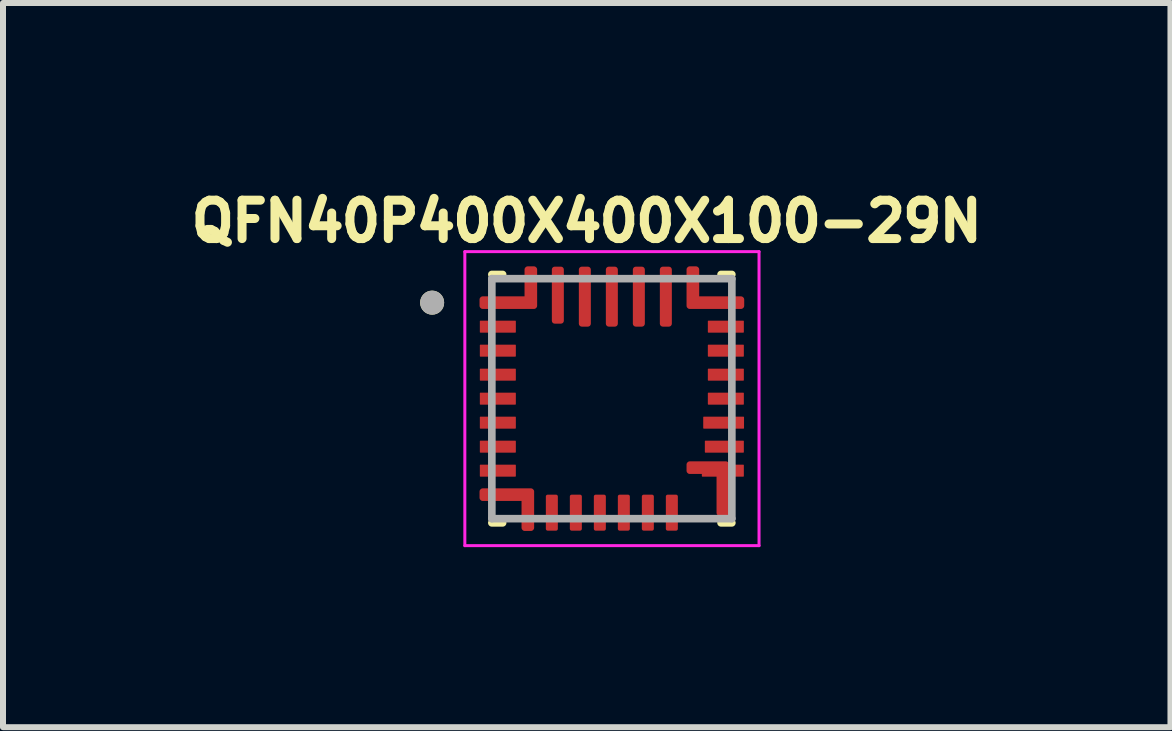
<source format=kicad_pcb>
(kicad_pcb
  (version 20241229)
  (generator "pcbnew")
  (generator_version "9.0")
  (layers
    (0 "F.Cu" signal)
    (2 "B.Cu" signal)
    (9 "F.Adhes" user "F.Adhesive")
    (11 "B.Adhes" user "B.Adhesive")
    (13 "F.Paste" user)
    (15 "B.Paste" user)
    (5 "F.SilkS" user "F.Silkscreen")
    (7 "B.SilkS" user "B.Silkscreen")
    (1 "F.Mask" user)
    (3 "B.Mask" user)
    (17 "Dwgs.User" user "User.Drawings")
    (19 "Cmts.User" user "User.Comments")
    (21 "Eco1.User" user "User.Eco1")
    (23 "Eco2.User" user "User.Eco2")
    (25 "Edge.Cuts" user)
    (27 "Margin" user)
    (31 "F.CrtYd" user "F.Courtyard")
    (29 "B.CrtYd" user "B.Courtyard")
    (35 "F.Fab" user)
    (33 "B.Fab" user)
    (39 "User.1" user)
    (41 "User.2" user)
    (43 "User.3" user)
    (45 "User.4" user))
  (footprint "QFN40P400X400X100-29N"
    (layer "F.Cu")
    (at 7.147 3.594)
    (property "Reference" "QFN40P400X400X100-29N" (at -0.418 -2.956 0) (layer "F.SilkS") (effects (font (size 0.64 0.64) (thickness 0.15))))
    (attr smd)
    (fp_poly (pts (xy -1.55 -1.3) (xy -1.55 -1.1) (xy -1.55 -1.097) (xy -1.55 -1.095) (xy -1.551 -1.092) (xy -1.551 -1.09) (xy -1.552 -1.087) (xy -1.552 -1.085) (xy -1.553 -1.082) (xy -1.554 -1.08) (xy -1.555 -1.077) (xy -1.557 -1.075) (xy -1.558 -1.073) (xy -1.56 -1.071) (xy -1.561 -1.069) (xy -1.563 -1.067) (xy -1.565 -1.065) (xy -1.567 -1.063) (xy -1.569 -1.061) (xy -1.571 -1.06) (xy -1.573 -1.058) (xy -1.575 -1.057) (xy -1.577 -1.055) (xy -1.58 -1.054) (xy -1.582 -1.053) (xy -1.585 -1.052) (xy -1.587 -1.052) (xy -1.59 -1.051) (xy -1.592 -1.051) (xy -1.595 -1.05) (xy -1.597 -1.05) (xy -1.6 -1.05) (xy -2.2 -1.05) (xy -2.203 -1.05) (xy -2.205 -1.05) (xy -2.208 -1.051) (xy -2.21 -1.051) (xy -2.213 -1.052) (xy -2.215 -1.052) (xy -2.218 -1.053) (xy -2.22 -1.054) (xy -2.223 -1.055) (xy -2.225 -1.057) (xy -2.227 -1.058) (xy -2.229 -1.06) (xy -2.231 -1.061) (xy -2.233 -1.063) (xy -2.235 -1.065) (xy -2.237 -1.067) (xy -2.239 -1.069) (xy -2.24 -1.071) (xy -2.242 -1.073) (xy -2.243 -1.075) (xy -2.245 -1.077) (xy -2.246 -1.08) (xy -2.247 -1.082) (xy -2.248 -1.085) (xy -2.248 -1.087) (xy -2.249 -1.09) (xy -2.249 -1.092) (xy -2.25 -1.095) (xy -2.25 -1.097) (xy -2.25 -1.1) (xy -2.25 -1.279) (xy -2.25 -1.283) (xy -2.25 -1.287) (xy -2.249 -1.29) (xy -2.248 -1.294) (xy -2.248 -1.298) (xy -2.247 -1.301) (xy -2.245 -1.305) (xy -2.244 -1.308) (xy -2.242 -1.311) (xy -2.241 -1.315) (xy -2.239 -1.318) (xy -2.236 -1.321) (xy -2.234 -1.324) (xy -2.232 -1.327) (xy -2.229 -1.329) (xy -2.227 -1.332) (xy -2.224 -1.334) (xy -2.221 -1.336) (xy -2.218 -1.339) (xy -2.215 -1.341) (xy -2.211 -1.342) (xy -2.208 -1.344) (xy -2.205 -1.345) (xy -2.201 -1.347) (xy -2.198 -1.348) (xy -2.194 -1.348) (xy -2.19 -1.349) (xy -2.187 -1.35) (xy -2.183 -1.35) (xy -2.179 -1.35) (xy -1.6 -1.35) (xy -1.597 -1.35) (xy -1.595 -1.35) (xy -1.592 -1.349) (xy -1.59 -1.349) (xy -1.587 -1.348) (xy -1.585 -1.348) (xy -1.582 -1.347) (xy -1.58 -1.346) (xy -1.577 -1.345) (xy -1.575 -1.343) (xy -1.573 -1.342) (xy -1.571 -1.34) (xy -1.569 -1.339) (xy -1.567 -1.337) (xy -1.565 -1.335) (xy -1.563 -1.333) (xy -1.561 -1.331) (xy -1.56 -1.329) (xy -1.558 -1.327) (xy -1.557 -1.325) (xy -1.555 -1.323) (xy -1.554 -1.32) (xy -1.553 -1.318) (xy -1.552 -1.315) (xy -1.552 -1.313) (xy -1.551 -1.31) (xy -1.551 -1.308) (xy -1.55 -1.305) (xy -1.55 -1.303) (xy -1.55 -1.3)) (stroke (width 0.01) (type solid)) (fill yes) (layer "F.Mask"))
    (fp_poly (pts (xy -1.55 -0.9) (xy -1.55 -0.7) (xy -1.55 -0.697) (xy -1.55 -0.695) (xy -1.551 -0.692) (xy -1.551 -0.69) (xy -1.552 -0.687) (xy -1.552 -0.685) (xy -1.553 -0.682) (xy -1.554 -0.68) (xy -1.555 -0.677) (xy -1.557 -0.675) (xy -1.558 -0.673) (xy -1.56 -0.671) (xy -1.561 -0.669) (xy -1.563 -0.667) (xy -1.565 -0.665) (xy -1.567 -0.663) (xy -1.569 -0.661) (xy -1.571 -0.66) (xy -1.573 -0.658) (xy -1.575 -0.657) (xy -1.577 -0.655) (xy -1.58 -0.654) (xy -1.582 -0.653) (xy -1.585 -0.652) (xy -1.587 -0.652) (xy -1.59 -0.651) (xy -1.592 -0.651) (xy -1.595 -0.65) (xy -1.597 -0.65) (xy -1.6 -0.65) (xy -2.2 -0.65) (xy -2.203 -0.65) (xy -2.205 -0.65) (xy -2.208 -0.651) (xy -2.21 -0.651) (xy -2.213 -0.652) (xy -2.215 -0.652) (xy -2.218 -0.653) (xy -2.22 -0.654) (xy -2.223 -0.655) (xy -2.225 -0.657) (xy -2.227 -0.658) (xy -2.229 -0.66) (xy -2.231 -0.661) (xy -2.233 -0.663) (xy -2.235 -0.665) (xy -2.237 -0.667) (xy -2.239 -0.669) (xy -2.24 -0.671) (xy -2.242 -0.673) (xy -2.243 -0.675) (xy -2.245 -0.677) (xy -2.246 -0.68) (xy -2.247 -0.682) (xy -2.248 -0.685) (xy -2.248 -0.687) (xy -2.249 -0.69) (xy -2.249 -0.692) (xy -2.25 -0.695) (xy -2.25 -0.697) (xy -2.25 -0.7) (xy -2.25 -0.879) (xy -2.25 -0.883) (xy -2.25 -0.887) (xy -2.249 -0.89) (xy -2.248 -0.894) (xy -2.248 -0.898) (xy -2.247 -0.901) (xy -2.245 -0.905) (xy -2.244 -0.908) (xy -2.242 -0.911) (xy -2.241 -0.915) (xy -2.239 -0.918) (xy -2.236 -0.921) (xy -2.234 -0.924) (xy -2.232 -0.927) (xy -2.229 -0.929) (xy -2.227 -0.932) (xy -2.224 -0.934) (xy -2.221 -0.936) (xy -2.218 -0.939) (xy -2.215 -0.941) (xy -2.211 -0.942) (xy -2.208 -0.944) (xy -2.205 -0.945) (xy -2.201 -0.947) (xy -2.198 -0.948) (xy -2.194 -0.948) (xy -2.19 -0.949) (xy -2.187 -0.95) (xy -2.183 -0.95) (xy -2.179 -0.95) (xy -1.6 -0.95) (xy -1.597 -0.95) (xy -1.595 -0.95) (xy -1.592 -0.949) (xy -1.59 -0.949) (xy -1.587 -0.948) (xy -1.585 -0.948) (xy -1.582 -0.947) (xy -1.58 -0.946) (xy -1.577 -0.945) (xy -1.575 -0.943) (xy -1.573 -0.942) (xy -1.571 -0.94) (xy -1.569 -0.939) (xy -1.567 -0.937) (xy -1.565 -0.935) (xy -1.563 -0.933) (xy -1.561 -0.931) (xy -1.56 -0.929) (xy -1.558 -0.927) (xy -1.557 -0.925) (xy -1.555 -0.923) (xy -1.554 -0.92) (xy -1.553 -0.918) (xy -1.552 -0.915) (xy -1.552 -0.913) (xy -1.551 -0.91) (xy -1.551 -0.908) (xy -1.55 -0.905) (xy -1.55 -0.903) (xy -1.55 -0.9)) (stroke (width 0.01) (type solid)) (fill yes) (layer "F.Mask"))
    (fp_poly (pts (xy -1.55 -0.5) (xy -1.55 -0.3) (xy -1.55 -0.297) (xy -1.55 -0.295) (xy -1.551 -0.292) (xy -1.551 -0.29) (xy -1.552 -0.287) (xy -1.552 -0.285) (xy -1.553 -0.282) (xy -1.554 -0.28) (xy -1.555 -0.277) (xy -1.557 -0.275) (xy -1.558 -0.273) (xy -1.56 -0.271) (xy -1.561 -0.269) (xy -1.563 -0.267) (xy -1.565 -0.265) (xy -1.567 -0.263) (xy -1.569 -0.261) (xy -1.571 -0.26) (xy -1.573 -0.258) (xy -1.575 -0.257) (xy -1.577 -0.255) (xy -1.58 -0.254) (xy -1.582 -0.253) (xy -1.585 -0.252) (xy -1.587 -0.252) (xy -1.59 -0.251) (xy -1.592 -0.251) (xy -1.595 -0.25) (xy -1.597 -0.25) (xy -1.6 -0.25) (xy -2.2 -0.25) (xy -2.203 -0.25) (xy -2.205 -0.25) (xy -2.208 -0.251) (xy -2.21 -0.251) (xy -2.213 -0.252) (xy -2.215 -0.252) (xy -2.218 -0.253) (xy -2.22 -0.254) (xy -2.223 -0.255) (xy -2.225 -0.257) (xy -2.227 -0.258) (xy -2.229 -0.26) (xy -2.231 -0.261) (xy -2.233 -0.263) (xy -2.235 -0.265) (xy -2.237 -0.267) (xy -2.239 -0.269) (xy -2.24 -0.271) (xy -2.242 -0.273) (xy -2.243 -0.275) (xy -2.245 -0.277) (xy -2.246 -0.28) (xy -2.247 -0.282) (xy -2.248 -0.285) (xy -2.248 -0.287) (xy -2.249 -0.29) (xy -2.249 -0.292) (xy -2.25 -0.295) (xy -2.25 -0.297) (xy -2.25 -0.3) (xy -2.25 -0.479) (xy -2.25 -0.483) (xy -2.25 -0.487) (xy -2.249 -0.49) (xy -2.248 -0.494) (xy -2.248 -0.498) (xy -2.247 -0.501) (xy -2.245 -0.505) (xy -2.244 -0.508) (xy -2.242 -0.511) (xy -2.241 -0.515) (xy -2.239 -0.518) (xy -2.236 -0.521) (xy -2.234 -0.524) (xy -2.232 -0.527) (xy -2.229 -0.529) (xy -2.227 -0.532) (xy -2.224 -0.534) (xy -2.221 -0.536) (xy -2.218 -0.539) (xy -2.215 -0.541) (xy -2.211 -0.542) (xy -2.208 -0.544) (xy -2.205 -0.545) (xy -2.201 -0.547) (xy -2.198 -0.548) (xy -2.194 -0.548) (xy -2.19 -0.549) (xy -2.187 -0.55) (xy -2.183 -0.55) (xy -2.179 -0.55) (xy -1.6 -0.55) (xy -1.597 -0.55) (xy -1.595 -0.55) (xy -1.592 -0.549) (xy -1.59 -0.549) (xy -1.587 -0.548) (xy -1.585 -0.548) (xy -1.582 -0.547) (xy -1.58 -0.546) (xy -1.577 -0.545) (xy -1.575 -0.543) (xy -1.573 -0.542) (xy -1.571 -0.54) (xy -1.569 -0.539) (xy -1.567 -0.537) (xy -1.565 -0.535) (xy -1.563 -0.533) (xy -1.561 -0.531) (xy -1.56 -0.529) (xy -1.558 -0.527) (xy -1.557 -0.525) (xy -1.555 -0.523) (xy -1.554 -0.52) (xy -1.553 -0.518) (xy -1.552 -0.515) (xy -1.552 -0.513) (xy -1.551 -0.51) (xy -1.551 -0.508) (xy -1.55 -0.505) (xy -1.55 -0.503) (xy -1.55 -0.5)) (stroke (width 0.01) (type solid)) (fill yes) (layer "F.Mask"))
    (fp_poly (pts (xy -1.55 -0.1) (xy -1.55 0.1) (xy -1.55 0.103) (xy -1.55 0.105) (xy -1.551 0.108) (xy -1.551 0.11) (xy -1.552 0.113) (xy -1.552 0.115) (xy -1.553 0.118) (xy -1.554 0.12) (xy -1.555 0.123) (xy -1.557 0.125) (xy -1.558 0.127) (xy -1.56 0.129) (xy -1.561 0.131) (xy -1.563 0.133) (xy -1.565 0.135) (xy -1.567 0.137) (xy -1.569 0.139) (xy -1.571 0.14) (xy -1.573 0.142) (xy -1.575 0.143) (xy -1.577 0.145) (xy -1.58 0.146) (xy -1.582 0.147) (xy -1.585 0.148) (xy -1.587 0.148) (xy -1.59 0.149) (xy -1.592 0.149) (xy -1.595 0.15) (xy -1.597 0.15) (xy -1.6 0.15) (xy -2.2 0.15) (xy -2.203 0.15) (xy -2.205 0.15) (xy -2.208 0.149) (xy -2.21 0.149) (xy -2.213 0.148) (xy -2.215 0.148) (xy -2.218 0.147) (xy -2.22 0.146) (xy -2.223 0.145) (xy -2.225 0.143) (xy -2.227 0.142) (xy -2.229 0.14) (xy -2.231 0.139) (xy -2.233 0.137) (xy -2.235 0.135) (xy -2.237 0.133) (xy -2.239 0.131) (xy -2.24 0.129) (xy -2.242 0.127) (xy -2.243 0.125) (xy -2.245 0.123) (xy -2.246 0.12) (xy -2.247 0.118) (xy -2.248 0.115) (xy -2.248 0.113) (xy -2.249 0.11) (xy -2.249 0.108) (xy -2.25 0.105) (xy -2.25 0.103) (xy -2.25 0.1) (xy -2.25 -0.079) (xy -2.25 -0.083) (xy -2.25 -0.087) (xy -2.249 -0.09) (xy -2.248 -0.094) (xy -2.248 -0.098) (xy -2.247 -0.101) (xy -2.245 -0.105) (xy -2.244 -0.108) (xy -2.242 -0.111) (xy -2.241 -0.115) (xy -2.239 -0.118) (xy -2.236 -0.121) (xy -2.234 -0.124) (xy -2.232 -0.127) (xy -2.229 -0.129) (xy -2.227 -0.132) (xy -2.224 -0.134) (xy -2.221 -0.136) (xy -2.218 -0.139) (xy -2.215 -0.141) (xy -2.211 -0.142) (xy -2.208 -0.144) (xy -2.205 -0.145) (xy -2.201 -0.147) (xy -2.198 -0.148) (xy -2.194 -0.148) (xy -2.19 -0.149) (xy -2.187 -0.15) (xy -2.183 -0.15) (xy -2.179 -0.15) (xy -1.6 -0.15) (xy -1.597 -0.15) (xy -1.595 -0.15) (xy -1.592 -0.149) (xy -1.59 -0.149) (xy -1.587 -0.148) (xy -1.585 -0.148) (xy -1.582 -0.147) (xy -1.58 -0.146) (xy -1.577 -0.145) (xy -1.575 -0.143) (xy -1.573 -0.142) (xy -1.571 -0.14) (xy -1.569 -0.139) (xy -1.567 -0.137) (xy -1.565 -0.135) (xy -1.563 -0.133) (xy -1.561 -0.131) (xy -1.56 -0.129) (xy -1.558 -0.127) (xy -1.557 -0.125) (xy -1.555 -0.123) (xy -1.554 -0.12) (xy -1.553 -0.118) (xy -1.552 -0.115) (xy -1.552 -0.113) (xy -1.551 -0.11) (xy -1.551 -0.108) (xy -1.55 -0.105) (xy -1.55 -0.103) (xy -1.55 -0.1)) (stroke (width 0.01) (type solid)) (fill yes) (layer "F.Mask"))
    (fp_poly (pts (xy -1.55 0.3) (xy -1.55 0.5) (xy -1.55 0.503) (xy -1.55 0.505) (xy -1.551 0.508) (xy -1.551 0.51) (xy -1.552 0.513) (xy -1.552 0.515) (xy -1.553 0.518) (xy -1.554 0.52) (xy -1.555 0.523) (xy -1.557 0.525) (xy -1.558 0.527) (xy -1.56 0.529) (xy -1.561 0.531) (xy -1.563 0.533) (xy -1.565 0.535) (xy -1.567 0.537) (xy -1.569 0.539) (xy -1.571 0.54) (xy -1.573 0.542) (xy -1.575 0.543) (xy -1.577 0.545) (xy -1.58 0.546) (xy -1.582 0.547) (xy -1.585 0.548) (xy -1.587 0.548) (xy -1.59 0.549) (xy -1.592 0.549) (xy -1.595 0.55) (xy -1.597 0.55) (xy -1.6 0.55) (xy -2.2 0.55) (xy -2.203 0.55) (xy -2.205 0.55) (xy -2.208 0.549) (xy -2.21 0.549) (xy -2.213 0.548) (xy -2.215 0.548) (xy -2.218 0.547) (xy -2.22 0.546) (xy -2.223 0.545) (xy -2.225 0.543) (xy -2.227 0.542) (xy -2.229 0.54) (xy -2.231 0.539) (xy -2.233 0.537) (xy -2.235 0.535) (xy -2.237 0.533) (xy -2.239 0.531) (xy -2.24 0.529) (xy -2.242 0.527) (xy -2.243 0.525) (xy -2.245 0.523) (xy -2.246 0.52) (xy -2.247 0.518) (xy -2.248 0.515) (xy -2.248 0.513) (xy -2.249 0.51) (xy -2.249 0.508) (xy -2.25 0.505) (xy -2.25 0.503) (xy -2.25 0.5) (xy -2.25 0.321) (xy -2.25 0.317) (xy -2.25 0.313) (xy -2.249 0.31) (xy -2.248 0.306) (xy -2.248 0.302) (xy -2.247 0.299) (xy -2.245 0.295) (xy -2.244 0.292) (xy -2.242 0.289) (xy -2.241 0.285) (xy -2.239 0.282) (xy -2.236 0.279) (xy -2.234 0.276) (xy -2.232 0.273) (xy -2.229 0.271) (xy -2.227 0.268) (xy -2.224 0.266) (xy -2.221 0.264) (xy -2.218 0.261) (xy -2.215 0.259) (xy -2.211 0.258) (xy -2.208 0.256) (xy -2.205 0.255) (xy -2.201 0.253) (xy -2.198 0.252) (xy -2.194 0.252) (xy -2.19 0.251) (xy -2.187 0.25) (xy -2.183 0.25) (xy -2.179 0.25) (xy -1.6 0.25) (xy -1.597 0.25) (xy -1.595 0.25) (xy -1.592 0.251) (xy -1.59 0.251) (xy -1.587 0.252) (xy -1.585 0.252) (xy -1.582 0.253) (xy -1.58 0.254) (xy -1.577 0.255) (xy -1.575 0.257) (xy -1.573 0.258) (xy -1.571 0.26) (xy -1.569 0.261) (xy -1.567 0.263) (xy -1.565 0.265) (xy -1.563 0.267) (xy -1.561 0.269) (xy -1.56 0.271) (xy -1.558 0.273) (xy -1.557 0.275) (xy -1.555 0.277) (xy -1.554 0.28) (xy -1.553 0.282) (xy -1.552 0.285) (xy -1.552 0.287) (xy -1.551 0.29) (xy -1.551 0.292) (xy -1.55 0.295) (xy -1.55 0.297) (xy -1.55 0.3)) (stroke (width 0.01) (type solid)) (fill yes) (layer "F.Mask"))
    (fp_poly (pts (xy -1.55 0.7) (xy -1.55 0.9) (xy -1.55 0.903) (xy -1.55 0.905) (xy -1.551 0.908) (xy -1.551 0.91) (xy -1.552 0.913) (xy -1.552 0.915) (xy -1.553 0.918) (xy -1.554 0.92) (xy -1.555 0.923) (xy -1.557 0.925) (xy -1.558 0.927) (xy -1.56 0.929) (xy -1.561 0.931) (xy -1.563 0.933) (xy -1.565 0.935) (xy -1.567 0.937) (xy -1.569 0.939) (xy -1.571 0.94) (xy -1.573 0.942) (xy -1.575 0.943) (xy -1.577 0.945) (xy -1.58 0.946) (xy -1.582 0.947) (xy -1.585 0.948) (xy -1.587 0.948) (xy -1.59 0.949) (xy -1.592 0.949) (xy -1.595 0.95) (xy -1.597 0.95) (xy -1.6 0.95) (xy -2.2 0.95) (xy -2.203 0.95) (xy -2.205 0.95) (xy -2.208 0.949) (xy -2.21 0.949) (xy -2.213 0.948) (xy -2.215 0.948) (xy -2.218 0.947) (xy -2.22 0.946) (xy -2.223 0.945) (xy -2.225 0.943) (xy -2.227 0.942) (xy -2.229 0.94) (xy -2.231 0.939) (xy -2.233 0.937) (xy -2.235 0.935) (xy -2.237 0.933) (xy -2.239 0.931) (xy -2.24 0.929) (xy -2.242 0.927) (xy -2.243 0.925) (xy -2.245 0.923) (xy -2.246 0.92) (xy -2.247 0.918) (xy -2.248 0.915) (xy -2.248 0.913) (xy -2.249 0.91) (xy -2.249 0.908) (xy -2.25 0.905) (xy -2.25 0.903) (xy -2.25 0.9) (xy -2.25 0.721) (xy -2.25 0.717) (xy -2.25 0.713) (xy -2.249 0.71) (xy -2.248 0.706) (xy -2.248 0.702) (xy -2.247 0.699) (xy -2.245 0.695) (xy -2.244 0.692) (xy -2.242 0.689) (xy -2.241 0.685) (xy -2.239 0.682) (xy -2.236 0.679) (xy -2.234 0.676) (xy -2.232 0.673) (xy -2.229 0.671) (xy -2.227 0.668) (xy -2.224 0.666) (xy -2.221 0.664) (xy -2.218 0.661) (xy -2.215 0.659) (xy -2.211 0.658) (xy -2.208 0.656) (xy -2.205 0.655) (xy -2.201 0.653) (xy -2.198 0.652) (xy -2.194 0.652) (xy -2.19 0.651) (xy -2.187 0.65) (xy -2.183 0.65) (xy -2.179 0.65) (xy -1.6 0.65) (xy -1.597 0.65) (xy -1.595 0.65) (xy -1.592 0.651) (xy -1.59 0.651) (xy -1.587 0.652) (xy -1.585 0.652) (xy -1.582 0.653) (xy -1.58 0.654) (xy -1.577 0.655) (xy -1.575 0.657) (xy -1.573 0.658) (xy -1.571 0.66) (xy -1.569 0.661) (xy -1.567 0.663) (xy -1.565 0.665) (xy -1.563 0.667) (xy -1.561 0.669) (xy -1.56 0.671) (xy -1.558 0.673) (xy -1.557 0.675) (xy -1.555 0.677) (xy -1.554 0.68) (xy -1.553 0.682) (xy -1.552 0.685) (xy -1.552 0.687) (xy -1.551 0.69) (xy -1.551 0.692) (xy -1.55 0.695) (xy -1.55 0.697) (xy -1.55 0.7)) (stroke (width 0.01) (type solid)) (fill yes) (layer "F.Mask"))
    (fp_poly (pts (xy -1.55 1.1) (xy -1.55 1.3) (xy -1.55 1.303) (xy -1.55 1.305) (xy -1.551 1.308) (xy -1.551 1.31) (xy -1.552 1.313) (xy -1.552 1.315) (xy -1.553 1.318) (xy -1.554 1.32) (xy -1.555 1.323) (xy -1.557 1.325) (xy -1.558 1.327) (xy -1.56 1.329) (xy -1.561 1.331) (xy -1.563 1.333) (xy -1.565 1.335) (xy -1.567 1.337) (xy -1.569 1.339) (xy -1.571 1.34) (xy -1.573 1.342) (xy -1.575 1.343) (xy -1.577 1.345) (xy -1.58 1.346) (xy -1.582 1.347) (xy -1.585 1.348) (xy -1.587 1.348) (xy -1.59 1.349) (xy -1.592 1.349) (xy -1.595 1.35) (xy -1.597 1.35) (xy -1.6 1.35) (xy -2.2 1.35) (xy -2.203 1.35) (xy -2.205 1.35) (xy -2.208 1.349) (xy -2.21 1.349) (xy -2.213 1.348) (xy -2.215 1.348) (xy -2.218 1.347) (xy -2.22 1.346) (xy -2.223 1.345) (xy -2.225 1.343) (xy -2.227 1.342) (xy -2.229 1.34) (xy -2.231 1.339) (xy -2.233 1.337) (xy -2.235 1.335) (xy -2.237 1.333) (xy -2.239 1.331) (xy -2.24 1.329) (xy -2.242 1.327) (xy -2.243 1.325) (xy -2.245 1.323) (xy -2.246 1.32) (xy -2.247 1.318) (xy -2.248 1.315) (xy -2.248 1.313) (xy -2.249 1.31) (xy -2.249 1.308) (xy -2.25 1.305) (xy -2.25 1.303) (xy -2.25 1.3) (xy -2.25 1.121) (xy -2.25 1.117) (xy -2.25 1.113) (xy -2.249 1.11) (xy -2.248 1.106) (xy -2.248 1.102) (xy -2.247 1.099) (xy -2.245 1.095) (xy -2.244 1.092) (xy -2.242 1.089) (xy -2.241 1.085) (xy -2.239 1.082) (xy -2.236 1.079) (xy -2.234 1.076) (xy -2.232 1.073) (xy -2.229 1.071) (xy -2.227 1.068) (xy -2.224 1.066) (xy -2.221 1.064) (xy -2.218 1.061) (xy -2.215 1.059) (xy -2.211 1.058) (xy -2.208 1.056) (xy -2.205 1.055) (xy -2.201 1.053) (xy -2.198 1.052) (xy -2.194 1.052) (xy -2.19 1.051) (xy -2.187 1.05) (xy -2.183 1.05) (xy -2.179 1.05) (xy -1.6 1.05) (xy -1.597 1.05) (xy -1.595 1.05) (xy -1.592 1.051) (xy -1.59 1.051) (xy -1.587 1.052) (xy -1.585 1.052) (xy -1.582 1.053) (xy -1.58 1.054) (xy -1.577 1.055) (xy -1.575 1.057) (xy -1.573 1.058) (xy -1.571 1.06) (xy -1.569 1.061) (xy -1.567 1.063) (xy -1.565 1.065) (xy -1.563 1.067) (xy -1.561 1.069) (xy -1.56 1.071) (xy -1.558 1.073) (xy -1.557 1.075) (xy -1.555 1.077) (xy -1.554 1.08) (xy -1.553 1.082) (xy -1.552 1.085) (xy -1.552 1.087) (xy -1.551 1.09) (xy -1.551 1.092) (xy -1.55 1.095) (xy -1.55 1.097) (xy -1.55 1.1)) (stroke (width 0.01) (type solid)) (fill yes) (layer "F.Mask"))
    (fp_poly (pts (xy -1.1 1.55) (xy -0.9 1.55) (xy -0.897 1.55) (xy -0.895 1.55) (xy -0.892 1.551) (xy -0.89 1.551) (xy -0.887 1.552) (xy -0.885 1.552) (xy -0.882 1.553) (xy -0.88 1.554) (xy -0.877 1.555) (xy -0.875 1.557) (xy -0.873 1.558) (xy -0.871 1.56) (xy -0.869 1.561) (xy -0.867 1.563) (xy -0.865 1.565) (xy -0.863 1.567) (xy -0.861 1.569) (xy -0.86 1.571) (xy -0.858 1.573) (xy -0.857 1.575) (xy -0.855 1.577) (xy -0.854 1.58) (xy -0.853 1.582) (xy -0.852 1.585) (xy -0.852 1.587) (xy -0.851 1.59) (xy -0.851 1.592) (xy -0.85 1.595) (xy -0.85 1.597) (xy -0.85 1.6) (xy -0.85 2.2) (xy -0.85 2.203) (xy -0.85 2.205) (xy -0.851 2.208) (xy -0.851 2.21) (xy -0.852 2.213) (xy -0.852 2.215) (xy -0.853 2.218) (xy -0.854 2.22) (xy -0.855 2.223) (xy -0.857 2.225) (xy -0.858 2.227) (xy -0.86 2.229) (xy -0.861 2.231) (xy -0.863 2.233) (xy -0.865 2.235) (xy -0.867 2.237) (xy -0.869 2.239) (xy -0.871 2.24) (xy -0.873 2.242) (xy -0.875 2.243) (xy -0.877 2.245) (xy -0.88 2.246) (xy -0.882 2.247) (xy -0.885 2.248) (xy -0.887 2.248) (xy -0.89 2.249) (xy -0.892 2.249) (xy -0.895 2.25) (xy -0.897 2.25) (xy -0.9 2.25) (xy -1.079 2.25) (xy -1.083 2.25) (xy -1.087 2.25) (xy -1.09 2.249) (xy -1.094 2.248) (xy -1.098 2.248) (xy -1.101 2.247) (xy -1.105 2.245) (xy -1.108 2.244) (xy -1.111 2.242) (xy -1.115 2.241) (xy -1.118 2.239) (xy -1.121 2.236) (xy -1.124 2.234) (xy -1.127 2.232) (xy -1.129 2.229) (xy -1.132 2.227) (xy -1.134 2.224) (xy -1.136 2.221) (xy -1.139 2.218) (xy -1.141 2.215) (xy -1.142 2.211) (xy -1.144 2.208) (xy -1.145 2.205) (xy -1.147 2.201) (xy -1.148 2.198) (xy -1.148 2.194) (xy -1.149 2.19) (xy -1.15 2.187) (xy -1.15 2.183) (xy -1.15 2.179) (xy -1.15 1.6) (xy -1.15 1.597) (xy -1.15 1.595) (xy -1.149 1.592) (xy -1.149 1.59) (xy -1.148 1.587) (xy -1.148 1.585) (xy -1.147 1.582) (xy -1.146 1.58) (xy -1.145 1.577) (xy -1.143 1.575) (xy -1.142 1.573) (xy -1.14 1.571) (xy -1.139 1.569) (xy -1.137 1.567) (xy -1.135 1.565) (xy -1.133 1.563) (xy -1.131 1.561) (xy -1.129 1.56) (xy -1.127 1.558) (xy -1.125 1.557) (xy -1.123 1.555) (xy -1.12 1.554) (xy -1.118 1.553) (xy -1.115 1.552) (xy -1.113 1.552) (xy -1.11 1.551) (xy -1.108 1.551) (xy -1.105 1.55) (xy -1.103 1.55) (xy -1.1 1.55)) (stroke (width 0.01) (type solid)) (fill yes) (layer "F.Mask"))
    (fp_poly (pts (xy -0.75 -2.2) (xy -0.75 -1.25) (xy -0.75 -1.247) (xy -0.75 -1.245) (xy -0.751 -1.242) (xy -0.751 -1.24) (xy -0.752 -1.237) (xy -0.752 -1.235) (xy -0.753 -1.232) (xy -0.754 -1.23) (xy -0.755 -1.227) (xy -0.757 -1.225) (xy -0.758 -1.223) (xy -0.76 -1.221) (xy -0.761 -1.219) (xy -0.763 -1.217) (xy -0.765 -1.215) (xy -0.767 -1.213) (xy -0.769 -1.211) (xy -0.771 -1.21) (xy -0.773 -1.208) (xy -0.775 -1.207) (xy -0.777 -1.205) (xy -0.78 -1.204) (xy -0.782 -1.203) (xy -0.785 -1.202) (xy -0.787 -1.202) (xy -0.79 -1.201) (xy -0.792 -1.201) (xy -0.795 -1.2) (xy -0.797 -1.2) (xy -0.8 -1.2) (xy -1 -1.2) (xy -1.003 -1.2) (xy -1.005 -1.2) (xy -1.008 -1.201) (xy -1.01 -1.201) (xy -1.013 -1.202) (xy -1.015 -1.202) (xy -1.018 -1.203) (xy -1.02 -1.204) (xy -1.023 -1.205) (xy -1.025 -1.207) (xy -1.027 -1.208) (xy -1.029 -1.21) (xy -1.031 -1.211) (xy -1.033 -1.213) (xy -1.035 -1.215) (xy -1.037 -1.217) (xy -1.039 -1.219) (xy -1.04 -1.221) (xy -1.042 -1.223) (xy -1.043 -1.225) (xy -1.045 -1.227) (xy -1.046 -1.23) (xy -1.047 -1.232) (xy -1.048 -1.235) (xy -1.048 -1.237) (xy -1.049 -1.24) (xy -1.049 -1.242) (xy -1.05 -1.245) (xy -1.05 -1.247) (xy -1.05 -1.25) (xy -1.05 -2.2) (xy -1.05 -2.203) (xy -1.05 -2.205) (xy -1.049 -2.208) (xy -1.049 -2.21) (xy -1.048 -2.213) (xy -1.048 -2.215) (xy -1.047 -2.218) (xy -1.046 -2.22) (xy -1.045 -2.223) (xy -1.043 -2.225) (xy -1.042 -2.227) (xy -1.04 -2.229) (xy -1.039 -2.231) (xy -1.037 -2.233) (xy -1.035 -2.235) (xy -1.033 -2.237) (xy -1.031 -2.239) (xy -1.029 -2.24) (xy -1.027 -2.242) (xy -1.025 -2.243) (xy -1.023 -2.245) (xy -1.02 -2.246) (xy -1.018 -2.247) (xy -1.015 -2.248) (xy -1.013 -2.248) (xy -1.01 -2.249) (xy -1.008 -2.249) (xy -1.005 -2.25) (xy -1.003 -2.25) (xy -1 -2.25) (xy -0.8 -2.25) (xy -0.797 -2.25) (xy -0.795 -2.25) (xy -0.792 -2.249) (xy -0.79 -2.249) (xy -0.787 -2.248) (xy -0.785 -2.248) (xy -0.782 -2.247) (xy -0.78 -2.246) (xy -0.777 -2.245) (xy -0.775 -2.243) (xy -0.773 -2.242) (xy -0.771 -2.24) (xy -0.769 -2.239) (xy -0.767 -2.237) (xy -0.765 -2.235) (xy -0.763 -2.233) (xy -0.761 -2.231) (xy -0.76 -2.229) (xy -0.758 -2.227) (xy -0.757 -2.225) (xy -0.755 -2.223) (xy -0.754 -2.22) (xy -0.753 -2.218) (xy -0.752 -2.215) (xy -0.752 -2.213) (xy -0.751 -2.21) (xy -0.751 -2.208) (xy -0.75 -2.205) (xy -0.75 -2.203) (xy -0.75 -2.2)) (stroke (width 0.01) (type solid)) (fill yes) (layer "F.Mask"))
    (fp_poly (pts (xy -0.7 1.55) (xy -0.5 1.55) (xy -0.497 1.55) (xy -0.495 1.55) (xy -0.492 1.551) (xy -0.49 1.551) (xy -0.487 1.552) (xy -0.485 1.552) (xy -0.482 1.553) (xy -0.48 1.554) (xy -0.477 1.555) (xy -0.475 1.557) (xy -0.473 1.558) (xy -0.471 1.56) (xy -0.469 1.561) (xy -0.467 1.563) (xy -0.465 1.565) (xy -0.463 1.567) (xy -0.461 1.569) (xy -0.46 1.571) (xy -0.458 1.573) (xy -0.457 1.575) (xy -0.455 1.577) (xy -0.454 1.58) (xy -0.453 1.582) (xy -0.452 1.585) (xy -0.452 1.587) (xy -0.451 1.59) (xy -0.451 1.592) (xy -0.45 1.595) (xy -0.45 1.597) (xy -0.45 1.6) (xy -0.45 2.2) (xy -0.45 2.203) (xy -0.45 2.205) (xy -0.451 2.208) (xy -0.451 2.21) (xy -0.452 2.213) (xy -0.452 2.215) (xy -0.453 2.218) (xy -0.454 2.22) (xy -0.455 2.223) (xy -0.457 2.225) (xy -0.458 2.227) (xy -0.46 2.229) (xy -0.461 2.231) (xy -0.463 2.233) (xy -0.465 2.235) (xy -0.467 2.237) (xy -0.469 2.239) (xy -0.471 2.24) (xy -0.473 2.242) (xy -0.475 2.243) (xy -0.477 2.245) (xy -0.48 2.246) (xy -0.482 2.247) (xy -0.485 2.248) (xy -0.487 2.248) (xy -0.49 2.249) (xy -0.492 2.249) (xy -0.495 2.25) (xy -0.497 2.25) (xy -0.5 2.25) (xy -0.679 2.25) (xy -0.683 2.25) (xy -0.687 2.25) (xy -0.69 2.249) (xy -0.694 2.248) (xy -0.698 2.248) (xy -0.701 2.247) (xy -0.705 2.245) (xy -0.708 2.244) (xy -0.711 2.242) (xy -0.715 2.241) (xy -0.718 2.239) (xy -0.721 2.236) (xy -0.724 2.234) (xy -0.727 2.232) (xy -0.729 2.229) (xy -0.732 2.227) (xy -0.734 2.224) (xy -0.736 2.221) (xy -0.739 2.218) (xy -0.741 2.215) (xy -0.742 2.211) (xy -0.744 2.208) (xy -0.745 2.205) (xy -0.747 2.201) (xy -0.748 2.198) (xy -0.748 2.194) (xy -0.749 2.19) (xy -0.75 2.187) (xy -0.75 2.183) (xy -0.75 2.179) (xy -0.75 1.6) (xy -0.75 1.597) (xy -0.75 1.595) (xy -0.749 1.592) (xy -0.749 1.59) (xy -0.748 1.587) (xy -0.748 1.585) (xy -0.747 1.582) (xy -0.746 1.58) (xy -0.745 1.577) (xy -0.743 1.575) (xy -0.742 1.573) (xy -0.74 1.571) (xy -0.739 1.569) (xy -0.737 1.567) (xy -0.735 1.565) (xy -0.733 1.563) (xy -0.731 1.561) (xy -0.729 1.56) (xy -0.727 1.558) (xy -0.725 1.557) (xy -0.723 1.555) (xy -0.72 1.554) (xy -0.718 1.553) (xy -0.715 1.552) (xy -0.713 1.552) (xy -0.71 1.551) (xy -0.708 1.551) (xy -0.705 1.55) (xy -0.703 1.55) (xy -0.7 1.55)) (stroke (width 0.01) (type solid)) (fill yes) (layer "F.Mask"))
    (fp_poly (pts (xy -0.3 -2.2) (xy -0.3 -1.2) (xy -0.3 -1.197) (xy -0.3 -1.195) (xy -0.301 -1.192) (xy -0.301 -1.19) (xy -0.302 -1.187) (xy -0.302 -1.185) (xy -0.303 -1.182) (xy -0.304 -1.18) (xy -0.305 -1.177) (xy -0.307 -1.175) (xy -0.308 -1.173) (xy -0.31 -1.171) (xy -0.311 -1.169) (xy -0.313 -1.167) (xy -0.315 -1.165) (xy -0.317 -1.163) (xy -0.319 -1.161) (xy -0.321 -1.16) (xy -0.323 -1.158) (xy -0.325 -1.157) (xy -0.327 -1.155) (xy -0.33 -1.154) (xy -0.332 -1.153) (xy -0.335 -1.152) (xy -0.337 -1.152) (xy -0.34 -1.151) (xy -0.342 -1.151) (xy -0.345 -1.15) (xy -0.347 -1.15) (xy -0.35 -1.15) (xy -0.55 -1.15) (xy -0.553 -1.15) (xy -0.555 -1.15) (xy -0.558 -1.151) (xy -0.56 -1.151) (xy -0.563 -1.152) (xy -0.565 -1.152) (xy -0.568 -1.153) (xy -0.57 -1.154) (xy -0.573 -1.155) (xy -0.575 -1.157) (xy -0.577 -1.158) (xy -0.579 -1.16) (xy -0.581 -1.161) (xy -0.583 -1.163) (xy -0.585 -1.165) (xy -0.587 -1.167) (xy -0.589 -1.169) (xy -0.59 -1.171) (xy -0.592 -1.173) (xy -0.593 -1.175) (xy -0.595 -1.177) (xy -0.596 -1.18) (xy -0.597 -1.182) (xy -0.598 -1.185) (xy -0.598 -1.187) (xy -0.599 -1.19) (xy -0.599 -1.192) (xy -0.6 -1.195) (xy -0.6 -1.197) (xy -0.6 -1.2) (xy -0.6 -2.2) (xy -0.6 -2.203) (xy -0.6 -2.205) (xy -0.599 -2.208) (xy -0.599 -2.21) (xy -0.598 -2.213) (xy -0.598 -2.215) (xy -0.597 -2.218) (xy -0.596 -2.22) (xy -0.595 -2.223) (xy -0.593 -2.225) (xy -0.592 -2.227) (xy -0.59 -2.229) (xy -0.589 -2.231) (xy -0.587 -2.233) (xy -0.585 -2.235) (xy -0.583 -2.237) (xy -0.581 -2.239) (xy -0.579 -2.24) (xy -0.577 -2.242) (xy -0.575 -2.243) (xy -0.573 -2.245) (xy -0.57 -2.246) (xy -0.568 -2.247) (xy -0.565 -2.248) (xy -0.563 -2.248) (xy -0.56 -2.249) (xy -0.558 -2.249) (xy -0.555 -2.25) (xy -0.553 -2.25) (xy -0.55 -2.25) (xy -0.35 -2.25) (xy -0.347 -2.25) (xy -0.345 -2.25) (xy -0.342 -2.249) (xy -0.34 -2.249) (xy -0.337 -2.248) (xy -0.335 -2.248) (xy -0.332 -2.247) (xy -0.33 -2.246) (xy -0.327 -2.245) (xy -0.325 -2.243) (xy -0.323 -2.242) (xy -0.321 -2.24) (xy -0.319 -2.239) (xy -0.317 -2.237) (xy -0.315 -2.235) (xy -0.313 -2.233) (xy -0.311 -2.231) (xy -0.31 -2.229) (xy -0.308 -2.227) (xy -0.307 -2.225) (xy -0.305 -2.223) (xy -0.304 -2.22) (xy -0.303 -2.218) (xy -0.302 -2.215) (xy -0.302 -2.213) (xy -0.301 -2.21) (xy -0.301 -2.208) (xy -0.3 -2.205) (xy -0.3 -2.203) (xy -0.3 -2.2)) (stroke (width 0.01) (type solid)) (fill yes) (layer "F.Mask"))
    (fp_poly (pts (xy -0.3 1.55) (xy -0.1 1.55) (xy -0.097 1.55) (xy -0.095 1.55) (xy -0.092 1.551) (xy -0.09 1.551) (xy -0.087 1.552) (xy -0.085 1.552) (xy -0.082 1.553) (xy -0.08 1.554) (xy -0.077 1.555) (xy -0.075 1.557) (xy -0.073 1.558) (xy -0.071 1.56) (xy -0.069 1.561) (xy -0.067 1.563) (xy -0.065 1.565) (xy -0.063 1.567) (xy -0.061 1.569) (xy -0.06 1.571) (xy -0.058 1.573) (xy -0.057 1.575) (xy -0.055 1.577) (xy -0.054 1.58) (xy -0.053 1.582) (xy -0.052 1.585) (xy -0.052 1.587) (xy -0.051 1.59) (xy -0.051 1.592) (xy -0.05 1.595) (xy -0.05 1.597) (xy -0.05 1.6) (xy -0.05 2.2) (xy -0.05 2.203) (xy -0.05 2.205) (xy -0.051 2.208) (xy -0.051 2.21) (xy -0.052 2.213) (xy -0.052 2.215) (xy -0.053 2.218) (xy -0.054 2.22) (xy -0.055 2.223) (xy -0.057 2.225) (xy -0.058 2.227) (xy -0.06 2.229) (xy -0.061 2.231) (xy -0.063 2.233) (xy -0.065 2.235) (xy -0.067 2.237) (xy -0.069 2.239) (xy -0.071 2.24) (xy -0.073 2.242) (xy -0.075 2.243) (xy -0.077 2.245) (xy -0.08 2.246) (xy -0.082 2.247) (xy -0.085 2.248) (xy -0.087 2.248) (xy -0.09 2.249) (xy -0.092 2.249) (xy -0.095 2.25) (xy -0.097 2.25) (xy -0.1 2.25) (xy -0.279 2.25) (xy -0.283 2.25) (xy -0.287 2.25) (xy -0.29 2.249) (xy -0.294 2.248) (xy -0.298 2.248) (xy -0.301 2.247) (xy -0.305 2.245) (xy -0.308 2.244) (xy -0.311 2.242) (xy -0.315 2.241) (xy -0.318 2.239) (xy -0.321 2.236) (xy -0.324 2.234) (xy -0.327 2.232) (xy -0.329 2.229) (xy -0.332 2.227) (xy -0.334 2.224) (xy -0.336 2.221) (xy -0.339 2.218) (xy -0.341 2.215) (xy -0.342 2.211) (xy -0.344 2.208) (xy -0.345 2.205) (xy -0.347 2.201) (xy -0.348 2.198) (xy -0.348 2.194) (xy -0.349 2.19) (xy -0.35 2.187) (xy -0.35 2.183) (xy -0.35 2.179) (xy -0.35 1.6) (xy -0.35 1.597) (xy -0.35 1.595) (xy -0.349 1.592) (xy -0.349 1.59) (xy -0.348 1.587) (xy -0.348 1.585) (xy -0.347 1.582) (xy -0.346 1.58) (xy -0.345 1.577) (xy -0.343 1.575) (xy -0.342 1.573) (xy -0.34 1.571) (xy -0.339 1.569) (xy -0.337 1.567) (xy -0.335 1.565) (xy -0.333 1.563) (xy -0.331 1.561) (xy -0.329 1.56) (xy -0.327 1.558) (xy -0.325 1.557) (xy -0.323 1.555) (xy -0.32 1.554) (xy -0.318 1.553) (xy -0.315 1.552) (xy -0.313 1.552) (xy -0.31 1.551) (xy -0.308 1.551) (xy -0.305 1.55) (xy -0.303 1.55) (xy -0.3 1.55)) (stroke (width 0.01) (type solid)) (fill yes) (layer "F.Mask"))
    (fp_poly (pts (xy 0.1 1.55) (xy 0.3 1.55) (xy 0.303 1.55) (xy 0.305 1.55) (xy 0.308 1.551) (xy 0.31 1.551) (xy 0.313 1.552) (xy 0.315 1.552) (xy 0.318 1.553) (xy 0.32 1.554) (xy 0.323 1.555) (xy 0.325 1.557) (xy 0.327 1.558) (xy 0.329 1.56) (xy 0.331 1.561) (xy 0.333 1.563) (xy 0.335 1.565) (xy 0.337 1.567) (xy 0.339 1.569) (xy 0.34 1.571) (xy 0.342 1.573) (xy 0.343 1.575) (xy 0.345 1.577) (xy 0.346 1.58) (xy 0.347 1.582) (xy 0.348 1.585) (xy 0.348 1.587) (xy 0.349 1.59) (xy 0.349 1.592) (xy 0.35 1.595) (xy 0.35 1.597) (xy 0.35 1.6) (xy 0.35 2.2) (xy 0.35 2.203) (xy 0.35 2.205) (xy 0.349 2.208) (xy 0.349 2.21) (xy 0.348 2.213) (xy 0.348 2.215) (xy 0.347 2.218) (xy 0.346 2.22) (xy 0.345 2.223) (xy 0.343 2.225) (xy 0.342 2.227) (xy 0.34 2.229) (xy 0.339 2.231) (xy 0.337 2.233) (xy 0.335 2.235) (xy 0.333 2.237) (xy 0.331 2.239) (xy 0.329 2.24) (xy 0.327 2.242) (xy 0.325 2.243) (xy 0.323 2.245) (xy 0.32 2.246) (xy 0.318 2.247) (xy 0.315 2.248) (xy 0.313 2.248) (xy 0.31 2.249) (xy 0.308 2.249) (xy 0.305 2.25) (xy 0.303 2.25) (xy 0.3 2.25) (xy 0.121 2.25) (xy 0.117 2.25) (xy 0.113 2.25) (xy 0.11 2.249) (xy 0.106 2.248) (xy 0.102 2.248) (xy 0.099 2.247) (xy 0.095 2.245) (xy 0.092 2.244) (xy 0.089 2.242) (xy 0.085 2.241) (xy 0.082 2.239) (xy 0.079 2.236) (xy 0.076 2.234) (xy 0.073 2.232) (xy 0.071 2.229) (xy 0.068 2.227) (xy 0.066 2.224) (xy 0.064 2.221) (xy 0.061 2.218) (xy 0.059 2.215) (xy 0.058 2.211) (xy 0.056 2.208) (xy 0.055 2.205) (xy 0.053 2.201) (xy 0.052 2.198) (xy 0.052 2.194) (xy 0.051 2.19) (xy 0.05 2.187) (xy 0.05 2.183) (xy 0.05 2.179) (xy 0.05 1.6) (xy 0.05 1.597) (xy 0.05 1.595) (xy 0.051 1.592) (xy 0.051 1.59) (xy 0.052 1.587) (xy 0.052 1.585) (xy 0.053 1.582) (xy 0.054 1.58) (xy 0.055 1.577) (xy 0.057 1.575) (xy 0.058 1.573) (xy 0.06 1.571) (xy 0.061 1.569) (xy 0.063 1.567) (xy 0.065 1.565) (xy 0.067 1.563) (xy 0.069 1.561) (xy 0.071 1.56) (xy 0.073 1.558) (xy 0.075 1.557) (xy 0.077 1.555) (xy 0.08 1.554) (xy 0.082 1.553) (xy 0.085 1.552) (xy 0.087 1.552) (xy 0.09 1.551) (xy 0.092 1.551) (xy 0.095 1.55) (xy 0.097 1.55) (xy 0.1 1.55)) (stroke (width 0.01) (type solid)) (fill yes) (layer "F.Mask"))
    (fp_poly (pts (xy 0.15 -2.2) (xy 0.15 -1.2) (xy 0.15 -1.197) (xy 0.15 -1.195) (xy 0.149 -1.192) (xy 0.149 -1.19) (xy 0.148 -1.187) (xy 0.148 -1.185) (xy 0.147 -1.182) (xy 0.146 -1.18) (xy 0.145 -1.177) (xy 0.143 -1.175) (xy 0.142 -1.173) (xy 0.14 -1.171) (xy 0.139 -1.169) (xy 0.137 -1.167) (xy 0.135 -1.165) (xy 0.133 -1.163) (xy 0.131 -1.161) (xy 0.129 -1.16) (xy 0.127 -1.158) (xy 0.125 -1.157) (xy 0.123 -1.155) (xy 0.12 -1.154) (xy 0.118 -1.153) (xy 0.115 -1.152) (xy 0.113 -1.152) (xy 0.11 -1.151) (xy 0.108 -1.151) (xy 0.105 -1.15) (xy 0.103 -1.15) (xy 0.1 -1.15) (xy -0.1 -1.15) (xy -0.103 -1.15) (xy -0.105 -1.15) (xy -0.108 -1.151) (xy -0.11 -1.151) (xy -0.113 -1.152) (xy -0.115 -1.152) (xy -0.118 -1.153) (xy -0.12 -1.154) (xy -0.123 -1.155) (xy -0.125 -1.157) (xy -0.127 -1.158) (xy -0.129 -1.16) (xy -0.131 -1.161) (xy -0.133 -1.163) (xy -0.135 -1.165) (xy -0.137 -1.167) (xy -0.139 -1.169) (xy -0.14 -1.171) (xy -0.142 -1.173) (xy -0.143 -1.175) (xy -0.145 -1.177) (xy -0.146 -1.18) (xy -0.147 -1.182) (xy -0.148 -1.185) (xy -0.148 -1.187) (xy -0.149 -1.19) (xy -0.149 -1.192) (xy -0.15 -1.195) (xy -0.15 -1.197) (xy -0.15 -1.2) (xy -0.15 -2.2) (xy -0.15 -2.203) (xy -0.15 -2.205) (xy -0.149 -2.208) (xy -0.149 -2.21) (xy -0.148 -2.213) (xy -0.148 -2.215) (xy -0.147 -2.218) (xy -0.146 -2.22) (xy -0.145 -2.223) (xy -0.143 -2.225) (xy -0.142 -2.227) (xy -0.14 -2.229) (xy -0.139 -2.231) (xy -0.137 -2.233) (xy -0.135 -2.235) (xy -0.133 -2.237) (xy -0.131 -2.239) (xy -0.129 -2.24) (xy -0.127 -2.242) (xy -0.125 -2.243) (xy -0.123 -2.245) (xy -0.12 -2.246) (xy -0.118 -2.247) (xy -0.115 -2.248) (xy -0.113 -2.248) (xy -0.11 -2.249) (xy -0.108 -2.249) (xy -0.105 -2.25) (xy -0.103 -2.25) (xy -0.1 -2.25) (xy 0.1 -2.25) (xy 0.103 -2.25) (xy 0.105 -2.25) (xy 0.108 -2.249) (xy 0.11 -2.249) (xy 0.113 -2.248) (xy 0.115 -2.248) (xy 0.118 -2.247) (xy 0.12 -2.246) (xy 0.123 -2.245) (xy 0.125 -2.243) (xy 0.127 -2.242) (xy 0.129 -2.24) (xy 0.131 -2.239) (xy 0.133 -2.237) (xy 0.135 -2.235) (xy 0.137 -2.233) (xy 0.139 -2.231) (xy 0.14 -2.229) (xy 0.142 -2.227) (xy 0.143 -2.225) (xy 0.145 -2.223) (xy 0.146 -2.22) (xy 0.147 -2.218) (xy 0.148 -2.215) (xy 0.148 -2.213) (xy 0.149 -2.21) (xy 0.149 -2.208) (xy 0.15 -2.205) (xy 0.15 -2.203) (xy 0.15 -2.2)) (stroke (width 0.01) (type solid)) (fill yes) (layer "F.Mask"))
    (fp_poly (pts (xy 0.5 1.55) (xy 0.7 1.55) (xy 0.703 1.55) (xy 0.705 1.55) (xy 0.708 1.551) (xy 0.71 1.551) (xy 0.713 1.552) (xy 0.715 1.552) (xy 0.718 1.553) (xy 0.72 1.554) (xy 0.723 1.555) (xy 0.725 1.557) (xy 0.727 1.558) (xy 0.729 1.56) (xy 0.731 1.561) (xy 0.733 1.563) (xy 0.735 1.565) (xy 0.737 1.567) (xy 0.739 1.569) (xy 0.74 1.571) (xy 0.742 1.573) (xy 0.743 1.575) (xy 0.745 1.577) (xy 0.746 1.58) (xy 0.747 1.582) (xy 0.748 1.585) (xy 0.748 1.587) (xy 0.749 1.59) (xy 0.749 1.592) (xy 0.75 1.595) (xy 0.75 1.597) (xy 0.75 1.6) (xy 0.75 2.2) (xy 0.75 2.203) (xy 0.75 2.205) (xy 0.749 2.208) (xy 0.749 2.21) (xy 0.748 2.213) (xy 0.748 2.215) (xy 0.747 2.218) (xy 0.746 2.22) (xy 0.745 2.223) (xy 0.743 2.225) (xy 0.742 2.227) (xy 0.74 2.229) (xy 0.739 2.231) (xy 0.737 2.233) (xy 0.735 2.235) (xy 0.733 2.237) (xy 0.731 2.239) (xy 0.729 2.24) (xy 0.727 2.242) (xy 0.725 2.243) (xy 0.723 2.245) (xy 0.72 2.246) (xy 0.718 2.247) (xy 0.715 2.248) (xy 0.713 2.248) (xy 0.71 2.249) (xy 0.708 2.249) (xy 0.705 2.25) (xy 0.703 2.25) (xy 0.7 2.25) (xy 0.521 2.25) (xy 0.517 2.25) (xy 0.513 2.25) (xy 0.51 2.249) (xy 0.506 2.248) (xy 0.502 2.248) (xy 0.499 2.247) (xy 0.495 2.245) (xy 0.492 2.244) (xy 0.489 2.242) (xy 0.485 2.241) (xy 0.482 2.239) (xy 0.479 2.236) (xy 0.476 2.234) (xy 0.473 2.232) (xy 0.471 2.229) (xy 0.468 2.227) (xy 0.466 2.224) (xy 0.464 2.221) (xy 0.461 2.218) (xy 0.459 2.215) (xy 0.458 2.211) (xy 0.456 2.208) (xy 0.455 2.205) (xy 0.453 2.201) (xy 0.452 2.198) (xy 0.452 2.194) (xy 0.451 2.19) (xy 0.45 2.187) (xy 0.45 2.183) (xy 0.45 2.179) (xy 0.45 1.6) (xy 0.45 1.597) (xy 0.45 1.595) (xy 0.451 1.592) (xy 0.451 1.59) (xy 0.452 1.587) (xy 0.452 1.585) (xy 0.453 1.582) (xy 0.454 1.58) (xy 0.455 1.577) (xy 0.457 1.575) (xy 0.458 1.573) (xy 0.46 1.571) (xy 0.461 1.569) (xy 0.463 1.567) (xy 0.465 1.565) (xy 0.467 1.563) (xy 0.469 1.561) (xy 0.471 1.56) (xy 0.473 1.558) (xy 0.475 1.557) (xy 0.477 1.555) (xy 0.48 1.554) (xy 0.482 1.553) (xy 0.485 1.552) (xy 0.487 1.552) (xy 0.49 1.551) (xy 0.492 1.551) (xy 0.495 1.55) (xy 0.497 1.55) (xy 0.5 1.55)) (stroke (width 0.01) (type solid)) (fill yes) (layer "F.Mask"))
    (fp_poly (pts (xy 0.6 -2.2) (xy 0.6 -1.2) (xy 0.6 -1.197) (xy 0.6 -1.195) (xy 0.599 -1.192) (xy 0.599 -1.19) (xy 0.598 -1.187) (xy 0.598 -1.185) (xy 0.597 -1.182) (xy 0.596 -1.18) (xy 0.595 -1.177) (xy 0.593 -1.175) (xy 0.592 -1.173) (xy 0.59 -1.171) (xy 0.589 -1.169) (xy 0.587 -1.167) (xy 0.585 -1.165) (xy 0.583 -1.163) (xy 0.581 -1.161) (xy 0.579 -1.16) (xy 0.577 -1.158) (xy 0.575 -1.157) (xy 0.573 -1.155) (xy 0.57 -1.154) (xy 0.568 -1.153) (xy 0.565 -1.152) (xy 0.563 -1.152) (xy 0.56 -1.151) (xy 0.558 -1.151) (xy 0.555 -1.15) (xy 0.553 -1.15) (xy 0.55 -1.15) (xy 0.35 -1.15) (xy 0.347 -1.15) (xy 0.345 -1.15) (xy 0.342 -1.151) (xy 0.34 -1.151) (xy 0.337 -1.152) (xy 0.335 -1.152) (xy 0.332 -1.153) (xy 0.33 -1.154) (xy 0.327 -1.155) (xy 0.325 -1.157) (xy 0.323 -1.158) (xy 0.321 -1.16) (xy 0.319 -1.161) (xy 0.317 -1.163) (xy 0.315 -1.165) (xy 0.313 -1.167) (xy 0.311 -1.169) (xy 0.31 -1.171) (xy 0.308 -1.173) (xy 0.307 -1.175) (xy 0.305 -1.177) (xy 0.304 -1.18) (xy 0.303 -1.182) (xy 0.302 -1.185) (xy 0.302 -1.187) (xy 0.301 -1.19) (xy 0.301 -1.192) (xy 0.3 -1.195) (xy 0.3 -1.197) (xy 0.3 -1.2) (xy 0.3 -2.2) (xy 0.3 -2.203) (xy 0.3 -2.205) (xy 0.301 -2.208) (xy 0.301 -2.21) (xy 0.302 -2.213) (xy 0.302 -2.215) (xy 0.303 -2.218) (xy 0.304 -2.22) (xy 0.305 -2.223) (xy 0.307 -2.225) (xy 0.308 -2.227) (xy 0.31 -2.229) (xy 0.311 -2.231) (xy 0.313 -2.233) (xy 0.315 -2.235) (xy 0.317 -2.237) (xy 0.319 -2.239) (xy 0.321 -2.24) (xy 0.323 -2.242) (xy 0.325 -2.243) (xy 0.327 -2.245) (xy 0.33 -2.246) (xy 0.332 -2.247) (xy 0.335 -2.248) (xy 0.337 -2.248) (xy 0.34 -2.249) (xy 0.342 -2.249) (xy 0.345 -2.25) (xy 0.347 -2.25) (xy 0.35 -2.25) (xy 0.55 -2.25) (xy 0.553 -2.25) (xy 0.555 -2.25) (xy 0.558 -2.249) (xy 0.56 -2.249) (xy 0.563 -2.248) (xy 0.565 -2.248) (xy 0.568 -2.247) (xy 0.57 -2.246) (xy 0.573 -2.245) (xy 0.575 -2.243) (xy 0.577 -2.242) (xy 0.579 -2.24) (xy 0.581 -2.239) (xy 0.583 -2.237) (xy 0.585 -2.235) (xy 0.587 -2.233) (xy 0.589 -2.231) (xy 0.59 -2.229) (xy 0.592 -2.227) (xy 0.593 -2.225) (xy 0.595 -2.223) (xy 0.596 -2.22) (xy 0.597 -2.218) (xy 0.598 -2.215) (xy 0.598 -2.213) (xy 0.599 -2.21) (xy 0.599 -2.208) (xy 0.6 -2.205) (xy 0.6 -2.203) (xy 0.6 -2.2)) (stroke (width 0.01) (type solid)) (fill yes) (layer "F.Mask"))
    (fp_poly (pts (xy 0.9 1.55) (xy 1.1 1.55) (xy 1.103 1.55) (xy 1.105 1.55) (xy 1.108 1.551) (xy 1.11 1.551) (xy 1.113 1.552) (xy 1.115 1.552) (xy 1.118 1.553) (xy 1.12 1.554) (xy 1.123 1.555) (xy 1.125 1.557) (xy 1.127 1.558) (xy 1.129 1.56) (xy 1.131 1.561) (xy 1.133 1.563) (xy 1.135 1.565) (xy 1.137 1.567) (xy 1.139 1.569) (xy 1.14 1.571) (xy 1.142 1.573) (xy 1.143 1.575) (xy 1.145 1.577) (xy 1.146 1.58) (xy 1.147 1.582) (xy 1.148 1.585) (xy 1.148 1.587) (xy 1.149 1.59) (xy 1.149 1.592) (xy 1.15 1.595) (xy 1.15 1.597) (xy 1.15 1.6) (xy 1.15 2.2) (xy 1.15 2.203) (xy 1.15 2.205) (xy 1.149 2.208) (xy 1.149 2.21) (xy 1.148 2.213) (xy 1.148 2.215) (xy 1.147 2.218) (xy 1.146 2.22) (xy 1.145 2.223) (xy 1.143 2.225) (xy 1.142 2.227) (xy 1.14 2.229) (xy 1.139 2.231) (xy 1.137 2.233) (xy 1.135 2.235) (xy 1.133 2.237) (xy 1.131 2.239) (xy 1.129 2.24) (xy 1.127 2.242) (xy 1.125 2.243) (xy 1.123 2.245) (xy 1.12 2.246) (xy 1.118 2.247) (xy 1.115 2.248) (xy 1.113 2.248) (xy 1.11 2.249) (xy 1.108 2.249) (xy 1.105 2.25) (xy 1.103 2.25) (xy 1.1 2.25) (xy 0.921 2.25) (xy 0.917 2.25) (xy 0.913 2.25) (xy 0.91 2.249) (xy 0.906 2.248) (xy 0.902 2.248) (xy 0.899 2.247) (xy 0.895 2.245) (xy 0.892 2.244) (xy 0.889 2.242) (xy 0.885 2.241) (xy 0.882 2.239) (xy 0.879 2.236) (xy 0.876 2.234) (xy 0.873 2.232) (xy 0.871 2.229) (xy 0.868 2.227) (xy 0.866 2.224) (xy 0.864 2.221) (xy 0.861 2.218) (xy 0.859 2.215) (xy 0.858 2.211) (xy 0.856 2.208) (xy 0.855 2.205) (xy 0.853 2.201) (xy 0.852 2.198) (xy 0.852 2.194) (xy 0.851 2.19) (xy 0.85 2.187) (xy 0.85 2.183) (xy 0.85 2.179) (xy 0.85 1.6) (xy 0.85 1.597) (xy 0.85 1.595) (xy 0.851 1.592) (xy 0.851 1.59) (xy 0.852 1.587) (xy 0.852 1.585) (xy 0.853 1.582) (xy 0.854 1.58) (xy 0.855 1.577) (xy 0.857 1.575) (xy 0.858 1.573) (xy 0.86 1.571) (xy 0.861 1.569) (xy 0.863 1.567) (xy 0.865 1.565) (xy 0.867 1.563) (xy 0.869 1.561) (xy 0.871 1.56) (xy 0.873 1.558) (xy 0.875 1.557) (xy 0.877 1.555) (xy 0.88 1.554) (xy 0.882 1.553) (xy 0.885 1.552) (xy 0.887 1.552) (xy 0.89 1.551) (xy 0.892 1.551) (xy 0.895 1.55) (xy 0.897 1.55) (xy 0.9 1.55)) (stroke (width 0.01) (type solid)) (fill yes) (layer "F.Mask"))
    (fp_poly (pts (xy 1.05 -2.2) (xy 1.05 -1.2) (xy 1.05 -1.197) (xy 1.05 -1.195) (xy 1.049 -1.192) (xy 1.049 -1.19) (xy 1.048 -1.187) (xy 1.048 -1.185) (xy 1.047 -1.182) (xy 1.046 -1.18) (xy 1.045 -1.177) (xy 1.043 -1.175) (xy 1.042 -1.173) (xy 1.04 -1.171) (xy 1.039 -1.169) (xy 1.037 -1.167) (xy 1.035 -1.165) (xy 1.033 -1.163) (xy 1.031 -1.161) (xy 1.029 -1.16) (xy 1.027 -1.158) (xy 1.025 -1.157) (xy 1.023 -1.155) (xy 1.02 -1.154) (xy 1.018 -1.153) (xy 1.015 -1.152) (xy 1.013 -1.152) (xy 1.01 -1.151) (xy 1.008 -1.151) (xy 1.005 -1.15) (xy 1.003 -1.15) (xy 1 -1.15) (xy 0.8 -1.15) (xy 0.797 -1.15) (xy 0.795 -1.15) (xy 0.792 -1.151) (xy 0.79 -1.151) (xy 0.787 -1.152) (xy 0.785 -1.152) (xy 0.782 -1.153) (xy 0.78 -1.154) (xy 0.777 -1.155) (xy 0.775 -1.157) (xy 0.773 -1.158) (xy 0.771 -1.16) (xy 0.769 -1.161) (xy 0.767 -1.163) (xy 0.765 -1.165) (xy 0.763 -1.167) (xy 0.761 -1.169) (xy 0.76 -1.171) (xy 0.758 -1.173) (xy 0.757 -1.175) (xy 0.755 -1.177) (xy 0.754 -1.18) (xy 0.753 -1.182) (xy 0.752 -1.185) (xy 0.752 -1.187) (xy 0.751 -1.19) (xy 0.751 -1.192) (xy 0.75 -1.195) (xy 0.75 -1.197) (xy 0.75 -1.2) (xy 0.75 -2.2) (xy 0.75 -2.203) (xy 0.75 -2.205) (xy 0.751 -2.208) (xy 0.751 -2.21) (xy 0.752 -2.213) (xy 0.752 -2.215) (xy 0.753 -2.218) (xy 0.754 -2.22) (xy 0.755 -2.223) (xy 0.757 -2.225) (xy 0.758 -2.227) (xy 0.76 -2.229) (xy 0.761 -2.231) (xy 0.763 -2.233) (xy 0.765 -2.235) (xy 0.767 -2.237) (xy 0.769 -2.239) (xy 0.771 -2.24) (xy 0.773 -2.242) (xy 0.775 -2.243) (xy 0.777 -2.245) (xy 0.78 -2.246) (xy 0.782 -2.247) (xy 0.785 -2.248) (xy 0.787 -2.248) (xy 0.79 -2.249) (xy 0.792 -2.249) (xy 0.795 -2.25) (xy 0.797 -2.25) (xy 0.8 -2.25) (xy 1 -2.25) (xy 1.003 -2.25) (xy 1.005 -2.25) (xy 1.008 -2.249) (xy 1.01 -2.249) (xy 1.013 -2.248) (xy 1.015 -2.248) (xy 1.018 -2.247) (xy 1.02 -2.246) (xy 1.023 -2.245) (xy 1.025 -2.243) (xy 1.027 -2.242) (xy 1.029 -2.24) (xy 1.031 -2.239) (xy 1.033 -2.237) (xy 1.035 -2.235) (xy 1.037 -2.233) (xy 1.039 -2.231) (xy 1.04 -2.229) (xy 1.042 -2.227) (xy 1.043 -2.225) (xy 1.045 -2.223) (xy 1.046 -2.22) (xy 1.047 -2.218) (xy 1.048 -2.215) (xy 1.048 -2.213) (xy 1.049 -2.21) (xy 1.049 -2.208) (xy 1.05 -2.205) (xy 1.05 -2.203) (xy 1.05 -2.2)) (stroke (width 0.01) (type solid)) (fill yes) (layer "F.Mask"))
    (fp_poly (pts (xy 1.55 0.95) (xy 2.2 0.95) (xy 2.203 0.95) (xy 2.205 0.95) (xy 2.208 0.949) (xy 2.21 0.949) (xy 2.213 0.948) (xy 2.215 0.948) (xy 2.218 0.947) (xy 2.22 0.946) (xy 2.223 0.945) (xy 2.225 0.943) (xy 2.227 0.942) (xy 2.229 0.94) (xy 2.231 0.939) (xy 2.233 0.937) (xy 2.235 0.935) (xy 2.237 0.933) (xy 2.239 0.931) (xy 2.24 0.929) (xy 2.242 0.927) (xy 2.243 0.925) (xy 2.245 0.923) (xy 2.246 0.92) (xy 2.247 0.918) (xy 2.248 0.915) (xy 2.248 0.913) (xy 2.249 0.91) (xy 2.249 0.908) (xy 2.25 0.905) (xy 2.25 0.903) (xy 2.25 0.9) (xy 2.25 0.7) (xy 2.25 0.697) (xy 2.25 0.695) (xy 2.249 0.692) (xy 2.249 0.69) (xy 2.248 0.687) (xy 2.248 0.685) (xy 2.247 0.682) (xy 2.246 0.68) (xy 2.245 0.677) (xy 2.243 0.675) (xy 2.242 0.673) (xy 2.24 0.671) (xy 2.239 0.669) (xy 2.237 0.667) (xy 2.235 0.665) (xy 2.233 0.663) (xy 2.231 0.661) (xy 2.229 0.66) (xy 2.227 0.658) (xy 2.225 0.657) (xy 2.223 0.655) (xy 2.22 0.654) (xy 2.218 0.653) (xy 2.215 0.652) (xy 2.213 0.652) (xy 2.21 0.651) (xy 2.208 0.651) (xy 2.205 0.65) (xy 2.203 0.65) (xy 2.2 0.65) (xy 1.55 0.65) (xy 1.547 0.65) (xy 1.545 0.65) (xy 1.542 0.651) (xy 1.54 0.651) (xy 1.537 0.652) (xy 1.535 0.652) (xy 1.532 0.653) (xy 1.53 0.654) (xy 1.527 0.655) (xy 1.525 0.657) (xy 1.523 0.658) (xy 1.521 0.66) (xy 1.519 0.661) (xy 1.517 0.663) (xy 1.515 0.665) (xy 1.513 0.667) (xy 1.511 0.669) (xy 1.51 0.671) (xy 1.508 0.673) (xy 1.507 0.675) (xy 1.505 0.677) (xy 1.504 0.68) (xy 1.503 0.682) (xy 1.502 0.685) (xy 1.502 0.687) (xy 1.501 0.69) (xy 1.501 0.692) (xy 1.5 0.695) (xy 1.5 0.697) (xy 1.5 0.7) (xy 1.5 0.9) (xy 1.5 0.903) (xy 1.5 0.905) (xy 1.501 0.908) (xy 1.501 0.91) (xy 1.502 0.913) (xy 1.502 0.915) (xy 1.503 0.918) (xy 1.504 0.92) (xy 1.505 0.923) (xy 1.507 0.925) (xy 1.508 0.927) (xy 1.51 0.929) (xy 1.511 0.931) (xy 1.513 0.933) (xy 1.515 0.935) (xy 1.517 0.937) (xy 1.519 0.939) (xy 1.521 0.94) (xy 1.523 0.942) (xy 1.525 0.943) (xy 1.527 0.945) (xy 1.53 0.946) (xy 1.532 0.947) (xy 1.535 0.948) (xy 1.537 0.948) (xy 1.54 0.949) (xy 1.542 0.949) (xy 1.545 0.95) (xy 1.547 0.95) (xy 1.55 0.95)) (stroke (width 0.01) (type solid)) (fill yes) (layer "F.Mask"))
    (fp_poly (pts (xy 2.25 -1.3) (xy 2.25 -1.1) (xy 2.25 -1.097) (xy 2.25 -1.095) (xy 2.249 -1.092) (xy 2.249 -1.09) (xy 2.248 -1.087) (xy 2.248 -1.085) (xy 2.247 -1.082) (xy 2.246 -1.08) (xy 2.245 -1.077) (xy 2.243 -1.075) (xy 2.242 -1.073) (xy 2.24 -1.071) (xy 2.239 -1.069) (xy 2.237 -1.067) (xy 2.235 -1.065) (xy 2.233 -1.063) (xy 2.231 -1.061) (xy 2.229 -1.06) (xy 2.227 -1.058) (xy 2.225 -1.057) (xy 2.223 -1.055) (xy 2.22 -1.054) (xy 2.218 -1.053) (xy 2.215 -1.052) (xy 2.213 -1.052) (xy 2.21 -1.051) (xy 2.208 -1.051) (xy 2.205 -1.05) (xy 2.203 -1.05) (xy 2.2 -1.05) (xy 1.6 -1.05) (xy 1.597 -1.05) (xy 1.595 -1.05) (xy 1.592 -1.051) (xy 1.59 -1.051) (xy 1.587 -1.052) (xy 1.585 -1.052) (xy 1.582 -1.053) (xy 1.58 -1.054) (xy 1.577 -1.055) (xy 1.575 -1.057) (xy 1.573 -1.058) (xy 1.571 -1.06) (xy 1.569 -1.061) (xy 1.567 -1.063) (xy 1.565 -1.065) (xy 1.563 -1.067) (xy 1.561 -1.069) (xy 1.56 -1.071) (xy 1.558 -1.073) (xy 1.557 -1.075) (xy 1.555 -1.077) (xy 1.554 -1.08) (xy 1.553 -1.082) (xy 1.552 -1.085) (xy 1.552 -1.087) (xy 1.551 -1.09) (xy 1.551 -1.092) (xy 1.55 -1.095) (xy 1.55 -1.097) (xy 1.55 -1.1) (xy 1.55 -1.279) (xy 1.55 -1.283) (xy 1.55 -1.287) (xy 1.551 -1.29) (xy 1.552 -1.294) (xy 1.552 -1.298) (xy 1.553 -1.301) (xy 1.555 -1.305) (xy 1.556 -1.308) (xy 1.558 -1.311) (xy 1.559 -1.315) (xy 1.561 -1.318) (xy 1.564 -1.321) (xy 1.566 -1.324) (xy 1.568 -1.327) (xy 1.571 -1.329) (xy 1.573 -1.332) (xy 1.576 -1.334) (xy 1.579 -1.336) (xy 1.582 -1.339) (xy 1.585 -1.341) (xy 1.589 -1.342) (xy 1.592 -1.344) (xy 1.595 -1.345) (xy 1.599 -1.347) (xy 1.602 -1.348) (xy 1.606 -1.348) (xy 1.61 -1.349) (xy 1.613 -1.35) (xy 1.617 -1.35) (xy 1.621 -1.35) (xy 2.2 -1.35) (xy 2.203 -1.35) (xy 2.205 -1.35) (xy 2.208 -1.349) (xy 2.21 -1.349) (xy 2.213 -1.348) (xy 2.215 -1.348) (xy 2.218 -1.347) (xy 2.22 -1.346) (xy 2.223 -1.345) (xy 2.225 -1.343) (xy 2.227 -1.342) (xy 2.229 -1.34) (xy 2.231 -1.339) (xy 2.233 -1.337) (xy 2.235 -1.335) (xy 2.237 -1.333) (xy 2.239 -1.331) (xy 2.24 -1.329) (xy 2.242 -1.327) (xy 2.243 -1.325) (xy 2.245 -1.323) (xy 2.246 -1.32) (xy 2.247 -1.318) (xy 2.248 -1.315) (xy 2.248 -1.313) (xy 2.249 -1.31) (xy 2.249 -1.308) (xy 2.25 -1.305) (xy 2.25 -1.303) (xy 2.25 -1.3)) (stroke (width 0.01) (type solid)) (fill yes) (layer "F.Mask"))
    (fp_poly (pts (xy 2.25 -0.9) (xy 2.25 -0.7) (xy 2.25 -0.697) (xy 2.25 -0.695) (xy 2.249 -0.692) (xy 2.249 -0.69) (xy 2.248 -0.687) (xy 2.248 -0.685) (xy 2.247 -0.682) (xy 2.246 -0.68) (xy 2.245 -0.677) (xy 2.243 -0.675) (xy 2.242 -0.673) (xy 2.24 -0.671) (xy 2.239 -0.669) (xy 2.237 -0.667) (xy 2.235 -0.665) (xy 2.233 -0.663) (xy 2.231 -0.661) (xy 2.229 -0.66) (xy 2.227 -0.658) (xy 2.225 -0.657) (xy 2.223 -0.655) (xy 2.22 -0.654) (xy 2.218 -0.653) (xy 2.215 -0.652) (xy 2.213 -0.652) (xy 2.21 -0.651) (xy 2.208 -0.651) (xy 2.205 -0.65) (xy 2.203 -0.65) (xy 2.2 -0.65) (xy 1.6 -0.65) (xy 1.597 -0.65) (xy 1.595 -0.65) (xy 1.592 -0.651) (xy 1.59 -0.651) (xy 1.587 -0.652) (xy 1.585 -0.652) (xy 1.582 -0.653) (xy 1.58 -0.654) (xy 1.577 -0.655) (xy 1.575 -0.657) (xy 1.573 -0.658) (xy 1.571 -0.66) (xy 1.569 -0.661) (xy 1.567 -0.663) (xy 1.565 -0.665) (xy 1.563 -0.667) (xy 1.561 -0.669) (xy 1.56 -0.671) (xy 1.558 -0.673) (xy 1.557 -0.675) (xy 1.555 -0.677) (xy 1.554 -0.68) (xy 1.553 -0.682) (xy 1.552 -0.685) (xy 1.552 -0.687) (xy 1.551 -0.69) (xy 1.551 -0.692) (xy 1.55 -0.695) (xy 1.55 -0.697) (xy 1.55 -0.7) (xy 1.55 -0.879) (xy 1.55 -0.883) (xy 1.55 -0.887) (xy 1.551 -0.89) (xy 1.552 -0.894) (xy 1.552 -0.898) (xy 1.553 -0.901) (xy 1.555 -0.905) (xy 1.556 -0.908) (xy 1.558 -0.911) (xy 1.559 -0.915) (xy 1.561 -0.918) (xy 1.564 -0.921) (xy 1.566 -0.924) (xy 1.568 -0.927) (xy 1.571 -0.929) (xy 1.573 -0.932) (xy 1.576 -0.934) (xy 1.579 -0.936) (xy 1.582 -0.939) (xy 1.585 -0.941) (xy 1.589 -0.942) (xy 1.592 -0.944) (xy 1.595 -0.945) (xy 1.599 -0.947) (xy 1.602 -0.948) (xy 1.606 -0.948) (xy 1.61 -0.949) (xy 1.613 -0.95) (xy 1.617 -0.95) (xy 1.621 -0.95) (xy 2.2 -0.95) (xy 2.203 -0.95) (xy 2.205 -0.95) (xy 2.208 -0.949) (xy 2.21 -0.949) (xy 2.213 -0.948) (xy 2.215 -0.948) (xy 2.218 -0.947) (xy 2.22 -0.946) (xy 2.223 -0.945) (xy 2.225 -0.943) (xy 2.227 -0.942) (xy 2.229 -0.94) (xy 2.231 -0.939) (xy 2.233 -0.937) (xy 2.235 -0.935) (xy 2.237 -0.933) (xy 2.239 -0.931) (xy 2.24 -0.929) (xy 2.242 -0.927) (xy 2.243 -0.925) (xy 2.245 -0.923) (xy 2.246 -0.92) (xy 2.247 -0.918) (xy 2.248 -0.915) (xy 2.248 -0.913) (xy 2.249 -0.91) (xy 2.249 -0.908) (xy 2.25 -0.905) (xy 2.25 -0.903) (xy 2.25 -0.9)) (stroke (width 0.01) (type solid)) (fill yes) (layer "F.Mask"))
    (fp_poly (pts (xy 2.25 -0.5) (xy 2.25 -0.3) (xy 2.25 -0.297) (xy 2.25 -0.295) (xy 2.249 -0.292) (xy 2.249 -0.29) (xy 2.248 -0.287) (xy 2.248 -0.285) (xy 2.247 -0.282) (xy 2.246 -0.28) (xy 2.245 -0.277) (xy 2.243 -0.275) (xy 2.242 -0.273) (xy 2.24 -0.271) (xy 2.239 -0.269) (xy 2.237 -0.267) (xy 2.235 -0.265) (xy 2.233 -0.263) (xy 2.231 -0.261) (xy 2.229 -0.26) (xy 2.227 -0.258) (xy 2.225 -0.257) (xy 2.223 -0.255) (xy 2.22 -0.254) (xy 2.218 -0.253) (xy 2.215 -0.252) (xy 2.213 -0.252) (xy 2.21 -0.251) (xy 2.208 -0.251) (xy 2.205 -0.25) (xy 2.203 -0.25) (xy 2.2 -0.25) (xy 1.6 -0.25) (xy 1.597 -0.25) (xy 1.595 -0.25) (xy 1.592 -0.251) (xy 1.59 -0.251) (xy 1.587 -0.252) (xy 1.585 -0.252) (xy 1.582 -0.253) (xy 1.58 -0.254) (xy 1.577 -0.255) (xy 1.575 -0.257) (xy 1.573 -0.258) (xy 1.571 -0.26) (xy 1.569 -0.261) (xy 1.567 -0.263) (xy 1.565 -0.265) (xy 1.563 -0.267) (xy 1.561 -0.269) (xy 1.56 -0.271) (xy 1.558 -0.273) (xy 1.557 -0.275) (xy 1.555 -0.277) (xy 1.554 -0.28) (xy 1.553 -0.282) (xy 1.552 -0.285) (xy 1.552 -0.287) (xy 1.551 -0.29) (xy 1.551 -0.292) (xy 1.55 -0.295) (xy 1.55 -0.297) (xy 1.55 -0.3) (xy 1.55 -0.479) (xy 1.55 -0.483) (xy 1.55 -0.487) (xy 1.551 -0.49) (xy 1.552 -0.494) (xy 1.552 -0.498) (xy 1.553 -0.501) (xy 1.555 -0.505) (xy 1.556 -0.508) (xy 1.558 -0.511) (xy 1.559 -0.515) (xy 1.561 -0.518) (xy 1.564 -0.521) (xy 1.566 -0.524) (xy 1.568 -0.527) (xy 1.571 -0.529) (xy 1.573 -0.532) (xy 1.576 -0.534) (xy 1.579 -0.536) (xy 1.582 -0.539) (xy 1.585 -0.541) (xy 1.589 -0.542) (xy 1.592 -0.544) (xy 1.595 -0.545) (xy 1.599 -0.547) (xy 1.602 -0.548) (xy 1.606 -0.548) (xy 1.61 -0.549) (xy 1.613 -0.55) (xy 1.617 -0.55) (xy 1.621 -0.55) (xy 2.2 -0.55) (xy 2.203 -0.55) (xy 2.205 -0.55) (xy 2.208 -0.549) (xy 2.21 -0.549) (xy 2.213 -0.548) (xy 2.215 -0.548) (xy 2.218 -0.547) (xy 2.22 -0.546) (xy 2.223 -0.545) (xy 2.225 -0.543) (xy 2.227 -0.542) (xy 2.229 -0.54) (xy 2.231 -0.539) (xy 2.233 -0.537) (xy 2.235 -0.535) (xy 2.237 -0.533) (xy 2.239 -0.531) (xy 2.24 -0.529) (xy 2.242 -0.527) (xy 2.243 -0.525) (xy 2.245 -0.523) (xy 2.246 -0.52) (xy 2.247 -0.518) (xy 2.248 -0.515) (xy 2.248 -0.513) (xy 2.249 -0.51) (xy 2.249 -0.508) (xy 2.25 -0.505) (xy 2.25 -0.503) (xy 2.25 -0.5)) (stroke (width 0.01) (type solid)) (fill yes) (layer "F.Mask"))
    (fp_poly (pts (xy 2.25 -0.1) (xy 2.25 0.1) (xy 2.25 0.103) (xy 2.25 0.105) (xy 2.249 0.108) (xy 2.249 0.11) (xy 2.248 0.113) (xy 2.248 0.115) (xy 2.247 0.118) (xy 2.246 0.12) (xy 2.245 0.123) (xy 2.243 0.125) (xy 2.242 0.127) (xy 2.24 0.129) (xy 2.239 0.131) (xy 2.237 0.133) (xy 2.235 0.135) (xy 2.233 0.137) (xy 2.231 0.139) (xy 2.229 0.14) (xy 2.227 0.142) (xy 2.225 0.143) (xy 2.223 0.145) (xy 2.22 0.146) (xy 2.218 0.147) (xy 2.215 0.148) (xy 2.213 0.148) (xy 2.21 0.149) (xy 2.208 0.149) (xy 2.205 0.15) (xy 2.203 0.15) (xy 2.2 0.15) (xy 1.6 0.15) (xy 1.597 0.15) (xy 1.595 0.15) (xy 1.592 0.149) (xy 1.59 0.149) (xy 1.587 0.148) (xy 1.585 0.148) (xy 1.582 0.147) (xy 1.58 0.146) (xy 1.577 0.145) (xy 1.575 0.143) (xy 1.573 0.142) (xy 1.571 0.14) (xy 1.569 0.139) (xy 1.567 0.137) (xy 1.565 0.135) (xy 1.563 0.133) (xy 1.561 0.131) (xy 1.56 0.129) (xy 1.558 0.127) (xy 1.557 0.125) (xy 1.555 0.123) (xy 1.554 0.12) (xy 1.553 0.118) (xy 1.552 0.115) (xy 1.552 0.113) (xy 1.551 0.11) (xy 1.551 0.108) (xy 1.55 0.105) (xy 1.55 0.103) (xy 1.55 0.1) (xy 1.55 -0.079) (xy 1.55 -0.083) (xy 1.55 -0.087) (xy 1.551 -0.09) (xy 1.552 -0.094) (xy 1.552 -0.098) (xy 1.553 -0.101) (xy 1.555 -0.105) (xy 1.556 -0.108) (xy 1.558 -0.111) (xy 1.559 -0.115) (xy 1.561 -0.118) (xy 1.564 -0.121) (xy 1.566 -0.124) (xy 1.568 -0.127) (xy 1.571 -0.129) (xy 1.573 -0.132) (xy 1.576 -0.134) (xy 1.579 -0.136) (xy 1.582 -0.139) (xy 1.585 -0.141) (xy 1.589 -0.142) (xy 1.592 -0.144) (xy 1.595 -0.145) (xy 1.599 -0.147) (xy 1.602 -0.148) (xy 1.606 -0.148) (xy 1.61 -0.149) (xy 1.613 -0.15) (xy 1.617 -0.15) (xy 1.621 -0.15) (xy 2.2 -0.15) (xy 2.203 -0.15) (xy 2.205 -0.15) (xy 2.208 -0.149) (xy 2.21 -0.149) (xy 2.213 -0.148) (xy 2.215 -0.148) (xy 2.218 -0.147) (xy 2.22 -0.146) (xy 2.223 -0.145) (xy 2.225 -0.143) (xy 2.227 -0.142) (xy 2.229 -0.14) (xy 2.231 -0.139) (xy 2.233 -0.137) (xy 2.235 -0.135) (xy 2.237 -0.133) (xy 2.239 -0.131) (xy 2.24 -0.129) (xy 2.242 -0.127) (xy 2.243 -0.125) (xy 2.245 -0.123) (xy 2.246 -0.12) (xy 2.247 -0.118) (xy 2.248 -0.115) (xy 2.248 -0.113) (xy 2.249 -0.11) (xy 2.249 -0.108) (xy 2.25 -0.105) (xy 2.25 -0.103) (xy 2.25 -0.1)) (stroke (width 0.01) (type solid)) (fill yes) (layer "F.Mask"))
    (fp_poly (pts (xy 2.25 1.1) (xy 2.25 1.3) (xy 2.25 1.303) (xy 2.25 1.305) (xy 2.249 1.308) (xy 2.249 1.31) (xy 2.248 1.313) (xy 2.248 1.315) (xy 2.247 1.318) (xy 2.246 1.32) (xy 2.245 1.323) (xy 2.243 1.325) (xy 2.242 1.327) (xy 2.24 1.329) (xy 2.239 1.331) (xy 2.237 1.333) (xy 2.235 1.335) (xy 2.233 1.337) (xy 2.231 1.339) (xy 2.229 1.34) (xy 2.227 1.342) (xy 2.225 1.343) (xy 2.223 1.345) (xy 2.22 1.346) (xy 2.218 1.347) (xy 2.215 1.348) (xy 2.213 1.348) (xy 2.21 1.349) (xy 2.208 1.349) (xy 2.205 1.35) (xy 2.203 1.35) (xy 2.2 1.35) (xy 1.5 1.35) (xy 1.497 1.35) (xy 1.495 1.35) (xy 1.492 1.349) (xy 1.49 1.349) (xy 1.487 1.348) (xy 1.485 1.348) (xy 1.482 1.347) (xy 1.48 1.346) (xy 1.477 1.345) (xy 1.475 1.343) (xy 1.473 1.342) (xy 1.471 1.34) (xy 1.469 1.339) (xy 1.467 1.337) (xy 1.465 1.335) (xy 1.463 1.333) (xy 1.461 1.331) (xy 1.46 1.329) (xy 1.458 1.327) (xy 1.457 1.325) (xy 1.455 1.323) (xy 1.454 1.32) (xy 1.453 1.318) (xy 1.452 1.315) (xy 1.452 1.313) (xy 1.451 1.31) (xy 1.451 1.308) (xy 1.45 1.305) (xy 1.45 1.303) (xy 1.45 1.3) (xy 1.45 1.1) (xy 1.45 1.097) (xy 1.45 1.095) (xy 1.451 1.092) (xy 1.451 1.09) (xy 1.452 1.087) (xy 1.452 1.085) (xy 1.453 1.082) (xy 1.454 1.08) (xy 1.455 1.077) (xy 1.457 1.075) (xy 1.458 1.073) (xy 1.46 1.071) (xy 1.461 1.069) (xy 1.463 1.067) (xy 1.465 1.065) (xy 1.467 1.063) (xy 1.469 1.061) (xy 1.471 1.06) (xy 1.473 1.058) (xy 1.475 1.057) (xy 1.477 1.055) (xy 1.48 1.054) (xy 1.482 1.053) (xy 1.485 1.052) (xy 1.487 1.052) (xy 1.49 1.051) (xy 1.492 1.051) (xy 1.495 1.05) (xy 1.497 1.05) (xy 1.5 1.05) (xy 2.2 1.05) (xy 2.203 1.05) (xy 2.205 1.05) (xy 2.208 1.051) (xy 2.21 1.051) (xy 2.213 1.052) (xy 2.215 1.052) (xy 2.218 1.053) (xy 2.22 1.054) (xy 2.223 1.055) (xy 2.225 1.057) (xy 2.227 1.058) (xy 2.229 1.06) (xy 2.231 1.061) (xy 2.233 1.063) (xy 2.235 1.065) (xy 2.237 1.067) (xy 2.239 1.069) (xy 2.24 1.071) (xy 2.242 1.073) (xy 2.243 1.075) (xy 2.245 1.077) (xy 2.246 1.08) (xy 2.247 1.082) (xy 2.248 1.085) (xy 2.248 1.087) (xy 2.249 1.09) (xy 2.249 1.092) (xy 2.25 1.095) (xy 2.25 1.097) (xy 2.25 1.1)) (stroke (width 0.01) (type solid)) (fill yes) (layer "F.Mask"))
    (fp_poly (pts (xy 2.252 0.3) (xy 2.252 0.5) (xy 2.252 0.503) (xy 2.252 0.505) (xy 2.252 0.508) (xy 2.251 0.51) (xy 2.251 0.513) (xy 2.25 0.515) (xy 2.249 0.518) (xy 2.248 0.52) (xy 2.247 0.523) (xy 2.246 0.525) (xy 2.244 0.527) (xy 2.243 0.529) (xy 2.241 0.531) (xy 2.24 0.533) (xy 2.238 0.535) (xy 2.236 0.537) (xy 2.234 0.539) (xy 2.232 0.54) (xy 2.23 0.542) (xy 2.228 0.543) (xy 2.225 0.545) (xy 2.223 0.546) (xy 2.22 0.547) (xy 2.218 0.548) (xy 2.215 0.548) (xy 2.213 0.549) (xy 2.21 0.549) (xy 2.208 0.55) (xy 2.205 0.55) (xy 2.203 0.55) (xy 1.522 0.55) (xy 1.52 0.55) (xy 1.517 0.55) (xy 1.515 0.549) (xy 1.512 0.549) (xy 1.51 0.548) (xy 1.507 0.548) (xy 1.505 0.547) (xy 1.502 0.546) (xy 1.5 0.545) (xy 1.498 0.543) (xy 1.495 0.542) (xy 1.493 0.54) (xy 1.491 0.539) (xy 1.489 0.537) (xy 1.487 0.535) (xy 1.485 0.533) (xy 1.484 0.531) (xy 1.482 0.529) (xy 1.481 0.527) (xy 1.479 0.525) (xy 1.478 0.523) (xy 1.477 0.52) (xy 1.476 0.518) (xy 1.475 0.515) (xy 1.474 0.513) (xy 1.474 0.51) (xy 1.473 0.508) (xy 1.473 0.505) (xy 1.473 0.503) (xy 1.472 0.5) (xy 1.472 0.3) (xy 1.473 0.297) (xy 1.473 0.295) (xy 1.473 0.292) (xy 1.474 0.29) (xy 1.474 0.287) (xy 1.475 0.285) (xy 1.476 0.282) (xy 1.477 0.28) (xy 1.478 0.277) (xy 1.479 0.275) (xy 1.481 0.273) (xy 1.482 0.271) (xy 1.484 0.269) (xy 1.485 0.267) (xy 1.487 0.265) (xy 1.489 0.263) (xy 1.491 0.261) (xy 1.493 0.26) (xy 1.495 0.258) (xy 1.498 0.257) (xy 1.5 0.255) (xy 1.502 0.254) (xy 1.505 0.253) (xy 1.507 0.252) (xy 1.51 0.252) (xy 1.512 0.251) (xy 1.515 0.251) (xy 1.517 0.25) (xy 1.52 0.25) (xy 1.522 0.25) (xy 2.203 0.25) (xy 2.205 0.25) (xy 2.208 0.25) (xy 2.21 0.251) (xy 2.213 0.251) (xy 2.215 0.252) (xy 2.218 0.252) (xy 2.22 0.253) (xy 2.223 0.254) (xy 2.225 0.255) (xy 2.228 0.257) (xy 2.23 0.258) (xy 2.232 0.26) (xy 2.234 0.261) (xy 2.236 0.263) (xy 2.238 0.265) (xy 2.24 0.267) (xy 2.241 0.269) (xy 2.243 0.271) (xy 2.244 0.273) (xy 2.246 0.275) (xy 2.247 0.277) (xy 2.248 0.28) (xy 2.249 0.282) (xy 2.25 0.285) (xy 2.251 0.287) (xy 2.251 0.29) (xy 2.252 0.292) (xy 2.252 0.295) (xy 2.252 0.297) (xy 2.252 0.3) (xy 2.252 0.3)) (stroke (width 0.01) (type solid)) (fill yes) (layer "F.Mask"))
    (fp_poly (pts (xy -1.55 1.75) (xy -2.2 1.75) (xy -2.203 1.75) (xy -2.205 1.75) (xy -2.208 1.749) (xy -2.21 1.749) (xy -2.213 1.748) (xy -2.215 1.748) (xy -2.218 1.747) (xy -2.22 1.746) (xy -2.223 1.745) (xy -2.225 1.743) (xy -2.227 1.742) (xy -2.229 1.74) (xy -2.231 1.739) (xy -2.233 1.737) (xy -2.235 1.735) (xy -2.237 1.733) (xy -2.239 1.731) (xy -2.24 1.729) (xy -2.242 1.727) (xy -2.243 1.725) (xy -2.245 1.723) (xy -2.246 1.72) (xy -2.247 1.718) (xy -2.248 1.715) (xy -2.248 1.713) (xy -2.249 1.71) (xy -2.249 1.708) (xy -2.25 1.705) (xy -2.25 1.703) (xy -2.25 1.7) (xy -2.25 1.5) (xy -2.25 1.497) (xy -2.25 1.495) (xy -2.249 1.492) (xy -2.249 1.49) (xy -2.248 1.487) (xy -2.248 1.485) (xy -2.247 1.482) (xy -2.246 1.48) (xy -2.245 1.477) (xy -2.243 1.475) (xy -2.242 1.473) (xy -2.24 1.471) (xy -2.239 1.469) (xy -2.237 1.467) (xy -2.235 1.465) (xy -2.233 1.463) (xy -2.231 1.461) (xy -2.229 1.46) (xy -2.227 1.458) (xy -2.225 1.457) (xy -2.223 1.455) (xy -2.22 1.454) (xy -2.218 1.453) (xy -2.215 1.452) (xy -2.213 1.452) (xy -2.21 1.451) (xy -2.208 1.451) (xy -2.205 1.45) (xy -2.203 1.45) (xy -2.2 1.45) (xy -1.3 1.45) (xy -1.297 1.45) (xy -1.295 1.45) (xy -1.292 1.451) (xy -1.29 1.451) (xy -1.287 1.452) (xy -1.285 1.452) (xy -1.282 1.453) (xy -1.28 1.454) (xy -1.277 1.455) (xy -1.275 1.457) (xy -1.273 1.458) (xy -1.271 1.46) (xy -1.269 1.461) (xy -1.267 1.463) (xy -1.265 1.465) (xy -1.263 1.467) (xy -1.261 1.469) (xy -1.26 1.471) (xy -1.258 1.473) (xy -1.257 1.475) (xy -1.255 1.477) (xy -1.254 1.48) (xy -1.253 1.482) (xy -1.252 1.485) (xy -1.252 1.487) (xy -1.251 1.49) (xy -1.251 1.492) (xy -1.25 1.495) (xy -1.25 1.497) (xy -1.25 1.5) (xy -1.25 2.2) (xy -1.25 2.203) (xy -1.25 2.205) (xy -1.251 2.208) (xy -1.251 2.21) (xy -1.252 2.213) (xy -1.252 2.215) (xy -1.253 2.218) (xy -1.254 2.22) (xy -1.255 2.223) (xy -1.257 2.225) (xy -1.258 2.227) (xy -1.26 2.229) (xy -1.261 2.231) (xy -1.263 2.233) (xy -1.265 2.235) (xy -1.267 2.237) (xy -1.269 2.239) (xy -1.271 2.24) (xy -1.273 2.242) (xy -1.275 2.243) (xy -1.277 2.245) (xy -1.28 2.246) (xy -1.282 2.247) (xy -1.285 2.248) (xy -1.287 2.248) (xy -1.29 2.249) (xy -1.292 2.249) (xy -1.295 2.25) (xy -1.297 2.25) (xy -1.3 2.25) (xy -1.5 2.25) (xy -1.503 2.25) (xy -1.505 2.25) (xy -1.508 2.249) (xy -1.51 2.249) (xy -1.513 2.248) (xy -1.515 2.248) (xy -1.518 2.247) (xy -1.52 2.246) (xy -1.523 2.245) (xy -1.525 2.243) (xy -1.527 2.242) (xy -1.529 2.24) (xy -1.531 2.239) (xy -1.533 2.237) (xy -1.535 2.235) (xy -1.537 2.233) (xy -1.539 2.231) (xy -1.54 2.229) (xy -1.542 2.227) (xy -1.543 2.225) (xy -1.545 2.223) (xy -1.546 2.22) (xy -1.547 2.218) (xy -1.548 2.215) (xy -1.548 2.213) (xy -1.549 2.21) (xy -1.549 2.208) (xy -1.55 2.205) (xy -1.55 2.203) (xy -1.55 2.2) (xy -1.55 1.75)) (stroke (width 0.01) (type solid)) (fill yes) (layer "F.Mask"))
    (fp_poly (pts (xy -1.5 -1.75) (xy -2.2 -1.75) (xy -2.203 -1.75) (xy -2.205 -1.75) (xy -2.208 -1.749) (xy -2.21 -1.749) (xy -2.213 -1.748) (xy -2.215 -1.748) (xy -2.218 -1.747) (xy -2.22 -1.746) (xy -2.223 -1.745) (xy -2.225 -1.743) (xy -2.227 -1.742) (xy -2.229 -1.74) (xy -2.231 -1.739) (xy -2.233 -1.737) (xy -2.235 -1.735) (xy -2.237 -1.733) (xy -2.239 -1.731) (xy -2.24 -1.729) (xy -2.242 -1.727) (xy -2.243 -1.725) (xy -2.245 -1.723) (xy -2.246 -1.72) (xy -2.247 -1.718) (xy -2.248 -1.715) (xy -2.248 -1.713) (xy -2.249 -1.71) (xy -2.249 -1.708) (xy -2.25 -1.705) (xy -2.25 -1.703) (xy -2.25 -1.7) (xy -2.25 -1.5) (xy -2.25 -1.497) (xy -2.25 -1.495) (xy -2.249 -1.492) (xy -2.249 -1.49) (xy -2.248 -1.487) (xy -2.248 -1.485) (xy -2.247 -1.482) (xy -2.246 -1.48) (xy -2.245 -1.477) (xy -2.243 -1.475) (xy -2.242 -1.473) (xy -2.24 -1.471) (xy -2.239 -1.469) (xy -2.237 -1.467) (xy -2.235 -1.465) (xy -2.233 -1.463) (xy -2.231 -1.461) (xy -2.229 -1.46) (xy -2.227 -1.458) (xy -2.225 -1.457) (xy -2.223 -1.455) (xy -2.22 -1.454) (xy -2.218 -1.453) (xy -2.215 -1.452) (xy -2.213 -1.452) (xy -2.21 -1.451) (xy -2.208 -1.451) (xy -2.205 -1.45) (xy -2.203 -1.45) (xy -2.2 -1.45) (xy -1.25 -1.45) (xy -1.247 -1.45) (xy -1.245 -1.45) (xy -1.242 -1.451) (xy -1.24 -1.451) (xy -1.237 -1.452) (xy -1.235 -1.452) (xy -1.232 -1.453) (xy -1.23 -1.454) (xy -1.227 -1.455) (xy -1.225 -1.457) (xy -1.223 -1.458) (xy -1.221 -1.46) (xy -1.219 -1.461) (xy -1.217 -1.463) (xy -1.215 -1.465) (xy -1.213 -1.467) (xy -1.211 -1.469) (xy -1.21 -1.471) (xy -1.208 -1.473) (xy -1.207 -1.475) (xy -1.205 -1.477) (xy -1.204 -1.48) (xy -1.203 -1.482) (xy -1.202 -1.485) (xy -1.202 -1.487) (xy -1.201 -1.49) (xy -1.201 -1.492) (xy -1.2 -1.495) (xy -1.2 -1.497) (xy -1.2 -1.5) (xy -1.2 -2.2) (xy -1.2 -2.203) (xy -1.2 -2.205) (xy -1.201 -2.208) (xy -1.201 -2.21) (xy -1.202 -2.213) (xy -1.202 -2.215) (xy -1.203 -2.218) (xy -1.204 -2.22) (xy -1.205 -2.223) (xy -1.207 -2.225) (xy -1.208 -2.227) (xy -1.21 -2.229) (xy -1.211 -2.231) (xy -1.213 -2.233) (xy -1.215 -2.235) (xy -1.217 -2.237) (xy -1.219 -2.239) (xy -1.221 -2.24) (xy -1.223 -2.242) (xy -1.225 -2.243) (xy -1.227 -2.245) (xy -1.23 -2.246) (xy -1.232 -2.247) (xy -1.235 -2.248) (xy -1.237 -2.248) (xy -1.24 -2.249) (xy -1.242 -2.249) (xy -1.245 -2.25) (xy -1.247 -2.25) (xy -1.25 -2.25) (xy -1.45 -2.25) (xy -1.453 -2.25) (xy -1.455 -2.25) (xy -1.458 -2.249) (xy -1.46 -2.249) (xy -1.463 -2.248) (xy -1.465 -2.248) (xy -1.468 -2.247) (xy -1.47 -2.246) (xy -1.473 -2.245) (xy -1.475 -2.243) (xy -1.477 -2.242) (xy -1.479 -2.24) (xy -1.481 -2.239) (xy -1.483 -2.237) (xy -1.485 -2.235) (xy -1.487 -2.233) (xy -1.489 -2.231) (xy -1.49 -2.229) (xy -1.492 -2.227) (xy -1.493 -2.225) (xy -1.495 -2.223) (xy -1.496 -2.22) (xy -1.497 -2.218) (xy -1.498 -2.215) (xy -1.498 -2.213) (xy -1.499 -2.21) (xy -1.499 -2.208) (xy -1.5 -2.205) (xy -1.5 -2.203) (xy -1.5 -2.2) (xy -1.5 -1.75)) (stroke (width 0.01) (type solid)) (fill yes) (layer "F.Mask"))
    (fp_poly (pts (xy 1.5 -1.75) (xy 2.2 -1.75) (xy 2.203 -1.75) (xy 2.205 -1.75) (xy 2.208 -1.749) (xy 2.21 -1.749) (xy 2.213 -1.748) (xy 2.215 -1.748) (xy 2.218 -1.747) (xy 2.22 -1.746) (xy 2.223 -1.745) (xy 2.225 -1.743) (xy 2.227 -1.742) (xy 2.229 -1.74) (xy 2.231 -1.739) (xy 2.233 -1.737) (xy 2.235 -1.735) (xy 2.237 -1.733) (xy 2.239 -1.731) (xy 2.24 -1.729) (xy 2.242 -1.727) (xy 2.243 -1.725) (xy 2.245 -1.723) (xy 2.246 -1.72) (xy 2.247 -1.718) (xy 2.248 -1.715) (xy 2.248 -1.713) (xy 2.249 -1.71) (xy 2.249 -1.708) (xy 2.25 -1.705) (xy 2.25 -1.703) (xy 2.25 -1.7) (xy 2.25 -1.5) (xy 2.25 -1.497) (xy 2.25 -1.495) (xy 2.249 -1.492) (xy 2.249 -1.49) (xy 2.248 -1.487) (xy 2.248 -1.485) (xy 2.247 -1.482) (xy 2.246 -1.48) (xy 2.245 -1.477) (xy 2.243 -1.475) (xy 2.242 -1.473) (xy 2.24 -1.471) (xy 2.239 -1.469) (xy 2.237 -1.467) (xy 2.235 -1.465) (xy 2.233 -1.463) (xy 2.231 -1.461) (xy 2.229 -1.46) (xy 2.227 -1.458) (xy 2.225 -1.457) (xy 2.223 -1.455) (xy 2.22 -1.454) (xy 2.218 -1.453) (xy 2.215 -1.452) (xy 2.213 -1.452) (xy 2.21 -1.451) (xy 2.208 -1.451) (xy 2.205 -1.45) (xy 2.203 -1.45) (xy 2.2 -1.45) (xy 1.25 -1.45) (xy 1.247 -1.45) (xy 1.245 -1.45) (xy 1.242 -1.451) (xy 1.24 -1.451) (xy 1.237 -1.452) (xy 1.235 -1.452) (xy 1.232 -1.453) (xy 1.23 -1.454) (xy 1.227 -1.455) (xy 1.225 -1.457) (xy 1.223 -1.458) (xy 1.221 -1.46) (xy 1.219 -1.461) (xy 1.217 -1.463) (xy 1.215 -1.465) (xy 1.213 -1.467) (xy 1.211 -1.469) (xy 1.21 -1.471) (xy 1.208 -1.473) (xy 1.207 -1.475) (xy 1.205 -1.477) (xy 1.204 -1.48) (xy 1.203 -1.482) (xy 1.202 -1.485) (xy 1.202 -1.487) (xy 1.201 -1.49) (xy 1.201 -1.492) (xy 1.2 -1.495) (xy 1.2 -1.497) (xy 1.2 -1.5) (xy 1.2 -2.2) (xy 1.2 -2.203) (xy 1.2 -2.205) (xy 1.201 -2.208) (xy 1.201 -2.21) (xy 1.202 -2.213) (xy 1.202 -2.215) (xy 1.203 -2.218) (xy 1.204 -2.22) (xy 1.205 -2.223) (xy 1.207 -2.225) (xy 1.208 -2.227) (xy 1.21 -2.229) (xy 1.211 -2.231) (xy 1.213 -2.233) (xy 1.215 -2.235) (xy 1.217 -2.237) (xy 1.219 -2.239) (xy 1.221 -2.24) (xy 1.223 -2.242) (xy 1.225 -2.243) (xy 1.227 -2.245) (xy 1.23 -2.246) (xy 1.232 -2.247) (xy 1.235 -2.248) (xy 1.237 -2.248) (xy 1.24 -2.249) (xy 1.242 -2.249) (xy 1.245 -2.25) (xy 1.247 -2.25) (xy 1.25 -2.25) (xy 1.45 -2.25) (xy 1.453 -2.25) (xy 1.455 -2.25) (xy 1.458 -2.249) (xy 1.46 -2.249) (xy 1.463 -2.248) (xy 1.465 -2.248) (xy 1.468 -2.247) (xy 1.47 -2.246) (xy 1.473 -2.245) (xy 1.475 -2.243) (xy 1.477 -2.242) (xy 1.479 -2.24) (xy 1.481 -2.239) (xy 1.483 -2.237) (xy 1.485 -2.235) (xy 1.487 -2.233) (xy 1.489 -2.231) (xy 1.49 -2.229) (xy 1.492 -2.227) (xy 1.493 -2.225) (xy 1.495 -2.223) (xy 1.496 -2.22) (xy 1.497 -2.218) (xy 1.498 -2.215) (xy 1.498 -2.213) (xy 1.499 -2.21) (xy 1.499 -2.208) (xy 1.5 -2.205) (xy 1.5 -2.203) (xy 1.5 -2.2) (xy 1.5 -1.75)) (stroke (width 0.01) (type solid)) (fill yes) (layer "F.Mask"))
    (fp_poly (pts (xy 1.55 1.75) (xy 2.2 1.75) (xy 2.203 1.75) (xy 2.205 1.75) (xy 2.208 1.749) (xy 2.21 1.749) (xy 2.213 1.748) (xy 2.215 1.748) (xy 2.218 1.747) (xy 2.22 1.746) (xy 2.223 1.745) (xy 2.225 1.743) (xy 2.227 1.742) (xy 2.229 1.74) (xy 2.231 1.739) (xy 2.233 1.737) (xy 2.235 1.735) (xy 2.237 1.733) (xy 2.239 1.731) (xy 2.24 1.729) (xy 2.242 1.727) (xy 2.243 1.725) (xy 2.245 1.723) (xy 2.246 1.72) (xy 2.247 1.718) (xy 2.248 1.715) (xy 2.248 1.713) (xy 2.249 1.71) (xy 2.249 1.708) (xy 2.25 1.705) (xy 2.25 1.703) (xy 2.25 1.7) (xy 2.25 1.5) (xy 2.25 1.497) (xy 2.25 1.495) (xy 2.249 1.492) (xy 2.249 1.49) (xy 2.248 1.487) (xy 2.248 1.485) (xy 2.247 1.482) (xy 2.246 1.48) (xy 2.245 1.477) (xy 2.243 1.475) (xy 2.242 1.473) (xy 2.24 1.471) (xy 2.239 1.469) (xy 2.237 1.467) (xy 2.235 1.465) (xy 2.233 1.463) (xy 2.231 1.461) (xy 2.229 1.46) (xy 2.227 1.458) (xy 2.225 1.457) (xy 2.223 1.455) (xy 2.22 1.454) (xy 2.218 1.453) (xy 2.215 1.452) (xy 2.213 1.452) (xy 2.21 1.451) (xy 2.208 1.451) (xy 2.205 1.45) (xy 2.203 1.45) (xy 2.2 1.45) (xy 1.3 1.45) (xy 1.297 1.45) (xy 1.295 1.45) (xy 1.292 1.451) (xy 1.29 1.451) (xy 1.287 1.452) (xy 1.285 1.452) (xy 1.282 1.453) (xy 1.28 1.454) (xy 1.277 1.455) (xy 1.275 1.457) (xy 1.273 1.458) (xy 1.271 1.46) (xy 1.269 1.461) (xy 1.267 1.463) (xy 1.265 1.465) (xy 1.263 1.467) (xy 1.261 1.469) (xy 1.26 1.471) (xy 1.258 1.473) (xy 1.257 1.475) (xy 1.255 1.477) (xy 1.254 1.48) (xy 1.253 1.482) (xy 1.252 1.485) (xy 1.252 1.487) (xy 1.251 1.49) (xy 1.251 1.492) (xy 1.25 1.495) (xy 1.25 1.497) (xy 1.25 1.5) (xy 1.25 2.2) (xy 1.25 2.203) (xy 1.25 2.205) (xy 1.251 2.208) (xy 1.251 2.21) (xy 1.252 2.213) (xy 1.252 2.215) (xy 1.253 2.218) (xy 1.254 2.22) (xy 1.255 2.223) (xy 1.257 2.225) (xy 1.258 2.227) (xy 1.26 2.229) (xy 1.261 2.231) (xy 1.263 2.233) (xy 1.265 2.235) (xy 1.267 2.237) (xy 1.269 2.239) (xy 1.271 2.24) (xy 1.273 2.242) (xy 1.275 2.243) (xy 1.277 2.245) (xy 1.28 2.246) (xy 1.282 2.247) (xy 1.285 2.248) (xy 1.287 2.248) (xy 1.29 2.249) (xy 1.292 2.249) (xy 1.295 2.25) (xy 1.297 2.25) (xy 1.3 2.25) (xy 1.5 2.25) (xy 1.503 2.25) (xy 1.505 2.25) (xy 1.508 2.249) (xy 1.51 2.249) (xy 1.513 2.248) (xy 1.515 2.248) (xy 1.518 2.247) (xy 1.52 2.246) (xy 1.523 2.245) (xy 1.525 2.243) (xy 1.527 2.242) (xy 1.529 2.24) (xy 1.531 2.239) (xy 1.533 2.237) (xy 1.535 2.235) (xy 1.537 2.233) (xy 1.539 2.231) (xy 1.54 2.229) (xy 1.542 2.227) (xy 1.543 2.225) (xy 1.545 2.223) (xy 1.546 2.22) (xy 1.547 2.218) (xy 1.548 2.215) (xy 1.548 2.213) (xy 1.549 2.21) (xy 1.549 2.208) (xy 1.55 2.205) (xy 1.55 2.203) (xy 1.55 2.2) (xy 1.55 1.75)) (stroke (width 0.01) (type solid)) (fill yes) (layer "F.Mask"))
    (fp_line (start -2 2.07) (end -1.82 2.07) (stroke (width 0.127) (type solid)) (layer "F.SilkS"))
    (fp_line (start -1.82 -2.07) (end -2 -2.07) (stroke (width 0.127) (type solid)) (layer "F.SilkS"))
    (fp_line (start 1.82 -2.07) (end 2 -2.07) (stroke (width 0.127) (type solid)) (layer "F.SilkS"))
    (fp_line (start 2 2.07) (end 1.82 2.07) (stroke (width 0.127) (type solid)) (layer "F.SilkS"))
    (fp_circle (center -2.995 -1.6) (end -2.895 -1.6) (stroke (width 0.2) (type solid)) (fill no) (layer "F.SilkS"))
    (fp_poly (pts (xy -1.5 1.7) (xy -2.15 1.7) (xy -2.153 1.7) (xy -2.155 1.7) (xy -2.158 1.699) (xy -2.16 1.699) (xy -2.163 1.698) (xy -2.165 1.698) (xy -2.168 1.697) (xy -2.17 1.696) (xy -2.173 1.695) (xy -2.175 1.693) (xy -2.177 1.692) (xy -2.179 1.69) (xy -2.181 1.689) (xy -2.183 1.687) (xy -2.185 1.685) (xy -2.187 1.683) (xy -2.189 1.681) (xy -2.19 1.679) (xy -2.192 1.677) (xy -2.193 1.675) (xy -2.195 1.673) (xy -2.196 1.67) (xy -2.197 1.668) (xy -2.198 1.665) (xy -2.198 1.663) (xy -2.199 1.66) (xy -2.199 1.658) (xy -2.2 1.655) (xy -2.2 1.653) (xy -2.2 1.65) (xy -2.2 1.55) (xy -2.2 1.547) (xy -2.2 1.545) (xy -2.199 1.542) (xy -2.199 1.54) (xy -2.198 1.537) (xy -2.198 1.535) (xy -2.197 1.532) (xy -2.196 1.53) (xy -2.195 1.527) (xy -2.193 1.525) (xy -2.192 1.523) (xy -2.19 1.521) (xy -2.189 1.519) (xy -2.187 1.517) (xy -2.185 1.515) (xy -2.183 1.513) (xy -2.181 1.511) (xy -2.179 1.51) (xy -2.177 1.508) (xy -2.175 1.507) (xy -2.173 1.505) (xy -2.17 1.504) (xy -2.168 1.503) (xy -2.165 1.502) (xy -2.163 1.502) (xy -2.16 1.501) (xy -2.158 1.501) (xy -2.155 1.5) (xy -2.153 1.5) (xy -2.15 1.5) (xy -1.35 1.5) (xy -1.347 1.5) (xy -1.345 1.5) (xy -1.342 1.501) (xy -1.34 1.501) (xy -1.337 1.502) (xy -1.335 1.502) (xy -1.332 1.503) (xy -1.33 1.504) (xy -1.327 1.505) (xy -1.325 1.507) (xy -1.323 1.508) (xy -1.321 1.51) (xy -1.319 1.511) (xy -1.317 1.513) (xy -1.315 1.515) (xy -1.313 1.517) (xy -1.311 1.519) (xy -1.31 1.521) (xy -1.308 1.523) (xy -1.307 1.525) (xy -1.305 1.527) (xy -1.304 1.53) (xy -1.303 1.532) (xy -1.302 1.535) (xy -1.302 1.537) (xy -1.301 1.54) (xy -1.301 1.542) (xy -1.3 1.545) (xy -1.3 1.547) (xy -1.3 1.55) (xy -1.3 2.15) (xy -1.3 2.153) (xy -1.3 2.155) (xy -1.301 2.158) (xy -1.301 2.16) (xy -1.302 2.163) (xy -1.302 2.165) (xy -1.303 2.168) (xy -1.304 2.17) (xy -1.305 2.173) (xy -1.307 2.175) (xy -1.308 2.177) (xy -1.31 2.179) (xy -1.311 2.181) (xy -1.313 2.183) (xy -1.315 2.185) (xy -1.317 2.187) (xy -1.319 2.189) (xy -1.321 2.19) (xy -1.323 2.192) (xy -1.325 2.193) (xy -1.327 2.195) (xy -1.33 2.196) (xy -1.332 2.197) (xy -1.335 2.198) (xy -1.337 2.198) (xy -1.34 2.199) (xy -1.342 2.199) (xy -1.345 2.2) (xy -1.347 2.2) (xy -1.35 2.2) (xy -1.45 2.2) (xy -1.453 2.2) (xy -1.455 2.2) (xy -1.458 2.199) (xy -1.46 2.199) (xy -1.463 2.198) (xy -1.465 2.198) (xy -1.468 2.197) (xy -1.47 2.196) (xy -1.473 2.195) (xy -1.475 2.193) (xy -1.477 2.192) (xy -1.479 2.19) (xy -1.481 2.189) (xy -1.483 2.187) (xy -1.485 2.185) (xy -1.487 2.183) (xy -1.489 2.181) (xy -1.49 2.179) (xy -1.492 2.177) (xy -1.493 2.175) (xy -1.495 2.173) (xy -1.496 2.17) (xy -1.497 2.168) (xy -1.498 2.165) (xy -1.498 2.163) (xy -1.499 2.16) (xy -1.499 2.158) (xy -1.5 2.155) (xy -1.5 2.153) (xy -1.5 2.15) (xy -1.5 1.7)) (stroke (width 0.01) (type solid)) (fill yes) (layer "F.Paste"))
    (fp_poly (pts (xy -1.45 -1.7) (xy -2.15 -1.7) (xy -2.153 -1.7) (xy -2.155 -1.7) (xy -2.158 -1.699) (xy -2.16 -1.699) (xy -2.163 -1.698) (xy -2.165 -1.698) (xy -2.168 -1.697) (xy -2.17 -1.696) (xy -2.173 -1.695) (xy -2.175 -1.693) (xy -2.177 -1.692) (xy -2.179 -1.69) (xy -2.181 -1.689) (xy -2.183 -1.687) (xy -2.185 -1.685) (xy -2.187 -1.683) (xy -2.189 -1.681) (xy -2.19 -1.679) (xy -2.192 -1.677) (xy -2.193 -1.675) (xy -2.195 -1.673) (xy -2.196 -1.67) (xy -2.197 -1.668) (xy -2.198 -1.665) (xy -2.198 -1.663) (xy -2.199 -1.66) (xy -2.199 -1.658) (xy -2.2 -1.655) (xy -2.2 -1.653) (xy -2.2 -1.65) (xy -2.2 -1.55) (xy -2.2 -1.547) (xy -2.2 -1.545) (xy -2.199 -1.542) (xy -2.199 -1.54) (xy -2.198 -1.537) (xy -2.198 -1.535) (xy -2.197 -1.532) (xy -2.196 -1.53) (xy -2.195 -1.527) (xy -2.193 -1.525) (xy -2.192 -1.523) (xy -2.19 -1.521) (xy -2.189 -1.519) (xy -2.187 -1.517) (xy -2.185 -1.515) (xy -2.183 -1.513) (xy -2.181 -1.511) (xy -2.179 -1.51) (xy -2.177 -1.508) (xy -2.175 -1.507) (xy -2.173 -1.505) (xy -2.17 -1.504) (xy -2.168 -1.503) (xy -2.165 -1.502) (xy -2.163 -1.502) (xy -2.16 -1.501) (xy -2.158 -1.501) (xy -2.155 -1.5) (xy -2.153 -1.5) (xy -2.15 -1.5) (xy -1.3 -1.5) (xy -1.297 -1.5) (xy -1.295 -1.5) (xy -1.292 -1.501) (xy -1.29 -1.501) (xy -1.287 -1.502) (xy -1.285 -1.502) (xy -1.282 -1.503) (xy -1.28 -1.504) (xy -1.277 -1.505) (xy -1.275 -1.507) (xy -1.273 -1.508) (xy -1.271 -1.51) (xy -1.269 -1.511) (xy -1.267 -1.513) (xy -1.265 -1.515) (xy -1.263 -1.517) (xy -1.261 -1.519) (xy -1.26 -1.521) (xy -1.258 -1.523) (xy -1.257 -1.525) (xy -1.255 -1.527) (xy -1.254 -1.53) (xy -1.253 -1.532) (xy -1.252 -1.535) (xy -1.252 -1.537) (xy -1.251 -1.54) (xy -1.251 -1.542) (xy -1.25 -1.545) (xy -1.25 -1.547) (xy -1.25 -1.55) (xy -1.25 -2.15) (xy -1.25 -2.153) (xy -1.25 -2.155) (xy -1.251 -2.158) (xy -1.251 -2.16) (xy -1.252 -2.163) (xy -1.252 -2.165) (xy -1.253 -2.168) (xy -1.254 -2.17) (xy -1.255 -2.173) (xy -1.257 -2.175) (xy -1.258 -2.177) (xy -1.26 -2.179) (xy -1.261 -2.181) (xy -1.263 -2.183) (xy -1.265 -2.185) (xy -1.267 -2.187) (xy -1.269 -2.189) (xy -1.271 -2.19) (xy -1.273 -2.192) (xy -1.275 -2.193) (xy -1.277 -2.195) (xy -1.28 -2.196) (xy -1.282 -2.197) (xy -1.285 -2.198) (xy -1.287 -2.198) (xy -1.29 -2.199) (xy -1.292 -2.199) (xy -1.295 -2.2) (xy -1.297 -2.2) (xy -1.3 -2.2) (xy -1.4 -2.2) (xy -1.403 -2.2) (xy -1.405 -2.2) (xy -1.408 -2.199) (xy -1.41 -2.199) (xy -1.413 -2.198) (xy -1.415 -2.198) (xy -1.418 -2.197) (xy -1.42 -2.196) (xy -1.423 -2.195) (xy -1.425 -2.193) (xy -1.427 -2.192) (xy -1.429 -2.19) (xy -1.431 -2.189) (xy -1.433 -2.187) (xy -1.435 -2.185) (xy -1.437 -2.183) (xy -1.439 -2.181) (xy -1.44 -2.179) (xy -1.442 -2.177) (xy -1.443 -2.175) (xy -1.445 -2.173) (xy -1.446 -2.17) (xy -1.447 -2.168) (xy -1.448 -2.165) (xy -1.448 -2.163) (xy -1.449 -2.16) (xy -1.449 -2.158) (xy -1.45 -2.155) (xy -1.45 -2.153) (xy -1.45 -2.15) (xy -1.45 -1.7)) (stroke (width 0.01) (type solid)) (fill yes) (layer "F.Paste"))
    (fp_poly (pts (xy 1.45 -1.7) (xy 2.15 -1.7) (xy 2.153 -1.7) (xy 2.155 -1.7) (xy 2.158 -1.699) (xy 2.16 -1.699) (xy 2.163 -1.698) (xy 2.165 -1.698) (xy 2.168 -1.697) (xy 2.17 -1.696) (xy 2.173 -1.695) (xy 2.175 -1.693) (xy 2.177 -1.692) (xy 2.179 -1.69) (xy 2.181 -1.689) (xy 2.183 -1.687) (xy 2.185 -1.685) (xy 2.187 -1.683) (xy 2.189 -1.681) (xy 2.19 -1.679) (xy 2.192 -1.677) (xy 2.193 -1.675) (xy 2.195 -1.673) (xy 2.196 -1.67) (xy 2.197 -1.668) (xy 2.198 -1.665) (xy 2.198 -1.663) (xy 2.199 -1.66) (xy 2.199 -1.658) (xy 2.2 -1.655) (xy 2.2 -1.653) (xy 2.2 -1.65) (xy 2.2 -1.55) (xy 2.2 -1.547) (xy 2.2 -1.545) (xy 2.199 -1.542) (xy 2.199 -1.54) (xy 2.198 -1.537) (xy 2.198 -1.535) (xy 2.197 -1.532) (xy 2.196 -1.53) (xy 2.195 -1.527) (xy 2.193 -1.525) (xy 2.192 -1.523) (xy 2.19 -1.521) (xy 2.189 -1.519) (xy 2.187 -1.517) (xy 2.185 -1.515) (xy 2.183 -1.513) (xy 2.181 -1.511) (xy 2.179 -1.51) (xy 2.177 -1.508) (xy 2.175 -1.507) (xy 2.173 -1.505) (xy 2.17 -1.504) (xy 2.168 -1.503) (xy 2.165 -1.502) (xy 2.163 -1.502) (xy 2.16 -1.501) (xy 2.158 -1.501) (xy 2.155 -1.5) (xy 2.153 -1.5) (xy 2.15 -1.5) (xy 1.3 -1.5) (xy 1.297 -1.5) (xy 1.295 -1.5) (xy 1.292 -1.501) (xy 1.29 -1.501) (xy 1.287 -1.502) (xy 1.285 -1.502) (xy 1.282 -1.503) (xy 1.28 -1.504) (xy 1.277 -1.505) (xy 1.275 -1.507) (xy 1.273 -1.508) (xy 1.271 -1.51) (xy 1.269 -1.511) (xy 1.267 -1.513) (xy 1.265 -1.515) (xy 1.263 -1.517) (xy 1.261 -1.519) (xy 1.26 -1.521) (xy 1.258 -1.523) (xy 1.257 -1.525) (xy 1.255 -1.527) (xy 1.254 -1.53) (xy 1.253 -1.532) (xy 1.252 -1.535) (xy 1.252 -1.537) (xy 1.251 -1.54) (xy 1.251 -1.542) (xy 1.25 -1.545) (xy 1.25 -1.547) (xy 1.25 -1.55) (xy 1.25 -2.15) (xy 1.25 -2.153) (xy 1.25 -2.155) (xy 1.251 -2.158) (xy 1.251 -2.16) (xy 1.252 -2.163) (xy 1.252 -2.165) (xy 1.253 -2.168) (xy 1.254 -2.17) (xy 1.255 -2.173) (xy 1.257 -2.175) (xy 1.258 -2.177) (xy 1.26 -2.179) (xy 1.261 -2.181) (xy 1.263 -2.183) (xy 1.265 -2.185) (xy 1.267 -2.187) (xy 1.269 -2.189) (xy 1.271 -2.19) (xy 1.273 -2.192) (xy 1.275 -2.193) (xy 1.277 -2.195) (xy 1.28 -2.196) (xy 1.282 -2.197) (xy 1.285 -2.198) (xy 1.287 -2.198) (xy 1.29 -2.199) (xy 1.292 -2.199) (xy 1.295 -2.2) (xy 1.297 -2.2) (xy 1.3 -2.2) (xy 1.4 -2.2) (xy 1.403 -2.2) (xy 1.405 -2.2) (xy 1.408 -2.199) (xy 1.41 -2.199) (xy 1.413 -2.198) (xy 1.415 -2.198) (xy 1.418 -2.197) (xy 1.42 -2.196) (xy 1.423 -2.195) (xy 1.425 -2.193) (xy 1.427 -2.192) (xy 1.429 -2.19) (xy 1.431 -2.189) (xy 1.433 -2.187) (xy 1.435 -2.185) (xy 1.437 -2.183) (xy 1.439 -2.181) (xy 1.44 -2.179) (xy 1.442 -2.177) (xy 1.443 -2.175) (xy 1.445 -2.173) (xy 1.446 -2.17) (xy 1.447 -2.168) (xy 1.448 -2.165) (xy 1.448 -2.163) (xy 1.449 -2.16) (xy 1.449 -2.158) (xy 1.45 -2.155) (xy 1.45 -2.153) (xy 1.45 -2.15) (xy 1.45 -1.7)) (stroke (width 0.01) (type solid)) (fill yes) (layer "F.Paste"))
    (fp_poly (pts (xy 1.5 1.7) (xy 2.15 1.7) (xy 2.153 1.7) (xy 2.155 1.7) (xy 2.158 1.699) (xy 2.16 1.699) (xy 2.163 1.698) (xy 2.165 1.698) (xy 2.168 1.697) (xy 2.17 1.696) (xy 2.173 1.695) (xy 2.175 1.693) (xy 2.177 1.692) (xy 2.179 1.69) (xy 2.181 1.689) (xy 2.183 1.687) (xy 2.185 1.685) (xy 2.187 1.683) (xy 2.189 1.681) (xy 2.19 1.679) (xy 2.192 1.677) (xy 2.193 1.675) (xy 2.195 1.673) (xy 2.196 1.67) (xy 2.197 1.668) (xy 2.198 1.665) (xy 2.198 1.663) (xy 2.199 1.66) (xy 2.199 1.658) (xy 2.2 1.655) (xy 2.2 1.653) (xy 2.2 1.65) (xy 2.2 1.55) (xy 2.2 1.547) (xy 2.2 1.545) (xy 2.199 1.542) (xy 2.199 1.54) (xy 2.198 1.537) (xy 2.198 1.535) (xy 2.197 1.532) (xy 2.196 1.53) (xy 2.195 1.527) (xy 2.193 1.525) (xy 2.192 1.523) (xy 2.19 1.521) (xy 2.189 1.519) (xy 2.187 1.517) (xy 2.185 1.515) (xy 2.183 1.513) (xy 2.181 1.511) (xy 2.179 1.51) (xy 2.177 1.508) (xy 2.175 1.507) (xy 2.173 1.505) (xy 2.17 1.504) (xy 2.168 1.503) (xy 2.165 1.502) (xy 2.163 1.502) (xy 2.16 1.501) (xy 2.158 1.501) (xy 2.155 1.5) (xy 2.153 1.5) (xy 2.15 1.5) (xy 1.35 1.5) (xy 1.347 1.5) (xy 1.345 1.5) (xy 1.342 1.501) (xy 1.34 1.501) (xy 1.337 1.502) (xy 1.335 1.502) (xy 1.332 1.503) (xy 1.33 1.504) (xy 1.327 1.505) (xy 1.325 1.507) (xy 1.323 1.508) (xy 1.321 1.51) (xy 1.319 1.511) (xy 1.317 1.513) (xy 1.315 1.515) (xy 1.313 1.517) (xy 1.311 1.519) (xy 1.31 1.521) (xy 1.308 1.523) (xy 1.307 1.525) (xy 1.305 1.527) (xy 1.304 1.53) (xy 1.303 1.532) (xy 1.302 1.535) (xy 1.302 1.537) (xy 1.301 1.54) (xy 1.301 1.542) (xy 1.3 1.545) (xy 1.3 1.547) (xy 1.3 1.55) (xy 1.3 2.15) (xy 1.3 2.153) (xy 1.3 2.155) (xy 1.301 2.158) (xy 1.301 2.16) (xy 1.302 2.163) (xy 1.302 2.165) (xy 1.303 2.168) (xy 1.304 2.17) (xy 1.305 2.173) (xy 1.307 2.175) (xy 1.308 2.177) (xy 1.31 2.179) (xy 1.311 2.181) (xy 1.313 2.183) (xy 1.315 2.185) (xy 1.317 2.187) (xy 1.319 2.189) (xy 1.321 2.19) (xy 1.323 2.192) (xy 1.325 2.193) (xy 1.327 2.195) (xy 1.33 2.196) (xy 1.332 2.197) (xy 1.335 2.198) (xy 1.337 2.198) (xy 1.34 2.199) (xy 1.342 2.199) (xy 1.345 2.2) (xy 1.347 2.2) (xy 1.35 2.2) (xy 1.45 2.2) (xy 1.453 2.2) (xy 1.455 2.2) (xy 1.458 2.199) (xy 1.46 2.199) (xy 1.463 2.198) (xy 1.465 2.198) (xy 1.468 2.197) (xy 1.47 2.196) (xy 1.473 2.195) (xy 1.475 2.193) (xy 1.477 2.192) (xy 1.479 2.19) (xy 1.481 2.189) (xy 1.483 2.187) (xy 1.485 2.185) (xy 1.487 2.183) (xy 1.489 2.181) (xy 1.49 2.179) (xy 1.492 2.177) (xy 1.493 2.175) (xy 1.495 2.173) (xy 1.496 2.17) (xy 1.497 2.168) (xy 1.498 2.165) (xy 1.498 2.163) (xy 1.499 2.16) (xy 1.499 2.158) (xy 1.5 2.155) (xy 1.5 2.153) (xy 1.5 2.15) (xy 1.5 1.7)) (stroke (width 0.01) (type solid)) (fill yes) (layer "F.Paste"))
    (fp_line (start -2.45 -2.45) (end -2.45 2.45) (stroke (width 0.05) (type solid)) (layer "F.CrtYd"))
    (fp_line (start -2.45 2.45) (end 2.453 2.45) (stroke (width 0.05) (type solid)) (layer "F.CrtYd"))
    (fp_line (start 2.453 -2.45) (end -2.45 -2.45) (stroke (width 0.05) (type solid)) (layer "F.CrtYd"))
    (fp_line (start 2.453 2.45) (end 2.453 -2.45) (stroke (width 0.05) (type solid)) (layer "F.CrtYd"))
    (fp_line (start -2 -2) (end 2 -2) (stroke (width 0.127) (type solid)) (layer "F.Fab"))
    (fp_line (start -2 2) (end -2 -2) (stroke (width 0.127) (type solid)) (layer "F.Fab"))
    (fp_line (start 2 -2) (end 2 2) (stroke (width 0.127) (type solid)) (layer "F.Fab"))
    (fp_line (start 2 2) (end -2 2) (stroke (width 0.127) (type solid)) (layer "F.Fab"))
    (fp_circle (center -2.995 -1.6) (end -2.895 -1.6) (stroke (width 0.2) (type solid)) (fill no) (layer "F.Fab"))
    (pad "1" smd custom (at -1.9 -1.6) (size 0.15 0.15) (layers "F.Cu") (options (anchor rect)) (primitives (gr_poly (pts (xy 0.45 -0.1) (xy -0.25 -0.1) (xy -0.253 -0.1) (xy -0.255 -0.1) (xy -0.258 -0.099) (xy -0.26 -0.099) (xy -0.263 -0.098) (xy -0.265 -0.098) (xy -0.268 -0.097) (xy -0.27 -0.096) (xy -0.273 -0.095) (xy -0.275 -0.093) (xy -0.277 -0.092) (xy -0.279 -0.09) (xy -0.281 -0.089) (xy -0.283 -0.087) (xy -0.285 -0.085) (xy -0.287 -0.083) (xy -0.289 -0.081) (xy -0.29 -0.079) (xy -0.292 -0.077) (xy -0.293 -0.075) (xy -0.295 -0.073) (xy -0.296 -0.07) (xy -0.297 -0.068) (xy -0.298 -0.065) (xy -0.298 -0.063) (xy -0.299 -0.06) (xy -0.299 -0.058) (xy -0.3 -0.055) (xy -0.3 -0.053) (xy -0.3 -0.05) (xy -0.3 0.05) (xy -0.3 0.053) (xy -0.3 0.055) (xy -0.299 0.058) (xy -0.299 0.06) (xy -0.298 0.063) (xy -0.298 0.065) (xy -0.297 0.068) (xy -0.296 0.07) (xy -0.295 0.073) (xy -0.293 0.075) (xy -0.292 0.077) (xy -0.29 0.079) (xy -0.289 0.081) (xy -0.287 0.083) (xy -0.285 0.085) (xy -0.283 0.087) (xy -0.281 0.089) (xy -0.279 0.09) (xy -0.277 0.092) (xy -0.275 0.093) (xy -0.273 0.095) (xy -0.27 0.096) (xy -0.268 0.097) (xy -0.265 0.098) (xy -0.263 0.098) (xy -0.26 0.099) (xy -0.258 0.099) (xy -0.255 0.1) (xy -0.253 0.1) (xy -0.25 0.1) (xy 0.6 0.1) (xy 0.603 0.1) (xy 0.605 0.1) (xy 0.608 0.099) (xy 0.61 0.099) (xy 0.613 0.098) (xy 0.615 0.098) (xy 0.618 0.097) (xy 0.62 0.096) (xy 0.623 0.095) (xy 0.625 0.093) (xy 0.627 0.092) (xy 0.629 0.09) (xy 0.631 0.089) (xy 0.633 0.087) (xy 0.635 0.085) (xy 0.637 0.083) (xy 0.639 0.081) (xy 0.64 0.079) (xy 0.642 0.077) (xy 0.643 0.075) (xy 0.645 0.073) (xy 0.646 0.07) (xy 0.647 0.068) (xy 0.648 0.065) (xy 0.648 0.063) (xy 0.649 0.06) (xy 0.649 0.058) (xy 0.65 0.055) (xy 0.65 0.053) (xy 0.65 0.05) (xy 0.65 -0.55) (xy 0.65 -0.553) (xy 0.65 -0.555) (xy 0.649 -0.558) (xy 0.649 -0.56) (xy 0.648 -0.563) (xy 0.648 -0.565) (xy 0.647 -0.568) (xy 0.646 -0.57) (xy 0.645 -0.573) (xy 0.643 -0.575) (xy 0.642 -0.577) (xy 0.64 -0.579) (xy 0.639 -0.581) (xy 0.637 -0.583) (xy 0.635 -0.585) (xy 0.633 -0.587) (xy 0.631 -0.589) (xy 0.629 -0.59) (xy 0.627 -0.592) (xy 0.625 -0.593) (xy 0.623 -0.595) (xy 0.62 -0.596) (xy 0.618 -0.597) (xy 0.615 -0.598) (xy 0.613 -0.598) (xy 0.61 -0.599) (xy 0.608 -0.599) (xy 0.605 -0.6) (xy 0.603 -0.6) (xy 0.6 -0.6) (xy 0.5 -0.6) (xy 0.497 -0.6) (xy 0.495 -0.6) (xy 0.492 -0.599) (xy 0.49 -0.599) (xy 0.487 -0.598) (xy 0.485 -0.598) (xy 0.482 -0.597) (xy 0.48 -0.596) (xy 0.477 -0.595) (xy 0.475 -0.593) (xy 0.473 -0.592) (xy 0.471 -0.59) (xy 0.469 -0.589) (xy 0.467 -0.587) (xy 0.465 -0.585) (xy 0.463 -0.583) (xy 0.461 -0.581) (xy 0.46 -0.579) (xy 0.458 -0.577) (xy 0.457 -0.575) (xy 0.455 -0.573) (xy 0.454 -0.57) (xy 0.453 -0.568) (xy 0.452 -0.565) (xy 0.452 -0.563) (xy 0.451 -0.56) (xy 0.451 -0.558) (xy 0.45 -0.555) (xy 0.45 -0.553) (xy 0.45 -0.55) (xy 0.45 -0.1)) (width 0.01) (fill yes))))
    (pad "2" smd roundrect (at -1.9 -1.2) (size 0.6 0.2) (layers "F.Cu" "F.Paste") (roundrect_rratio 0.05))
    (pad "3" smd roundrect (at -1.9 -0.8) (size 0.6 0.2) (layers "F.Cu" "F.Paste") (roundrect_rratio 0.05))
    (pad "4" smd roundrect (at -1.9 -0.4) (size 0.6 0.2) (layers "F.Cu" "F.Paste") (roundrect_rratio 0.05))
    (pad "5" smd roundrect (at -1.9 0) (size 0.6 0.2) (layers "F.Cu" "F.Paste") (roundrect_rratio 0.05))
    (pad "6" smd roundrect (at -1.9 0.4) (size 0.6 0.2) (layers "F.Cu" "F.Paste") (roundrect_rratio 0.05))
    (pad "7" smd roundrect (at -1.9 0.8) (size 0.6 0.2) (layers "F.Cu" "F.Paste") (roundrect_rratio 0.05))
    (pad "8" smd roundrect (at -1.9 1.2) (size 0.6 0.2) (layers "F.Cu" "F.Paste") (roundrect_rratio 0.05))
    (pad "9" smd custom (at -1.4 1.85) (size 0.15 0.15) (layers "F.Cu") (options (anchor rect)) (primitives (gr_poly (pts (xy -0.1 -0.15) (xy -0.75 -0.15) (xy -0.753 -0.15) (xy -0.755 -0.15) (xy -0.758 -0.151) (xy -0.76 -0.151) (xy -0.763 -0.152) (xy -0.765 -0.152) (xy -0.768 -0.153) (xy -0.77 -0.154) (xy -0.773 -0.155) (xy -0.775 -0.157) (xy -0.777 -0.158) (xy -0.779 -0.16) (xy -0.781 -0.161) (xy -0.783 -0.163) (xy -0.785 -0.165) (xy -0.787 -0.167) (xy -0.789 -0.169) (xy -0.79 -0.171) (xy -0.792 -0.173) (xy -0.793 -0.175) (xy -0.795 -0.177) (xy -0.796 -0.18) (xy -0.797 -0.182) (xy -0.798 -0.185) (xy -0.798 -0.187) (xy -0.799 -0.19) (xy -0.799 -0.192) (xy -0.8 -0.195) (xy -0.8 -0.197) (xy -0.8 -0.2) (xy -0.8 -0.3) (xy -0.8 -0.303) (xy -0.8 -0.305) (xy -0.799 -0.308) (xy -0.799 -0.31) (xy -0.798 -0.313) (xy -0.798 -0.315) (xy -0.797 -0.318) (xy -0.796 -0.32) (xy -0.795 -0.323) (xy -0.793 -0.325) (xy -0.792 -0.327) (xy -0.79 -0.329) (xy -0.789 -0.331) (xy -0.787 -0.333) (xy -0.785 -0.335) (xy -0.783 -0.337) (xy -0.781 -0.339) (xy -0.779 -0.34) (xy -0.777 -0.342) (xy -0.775 -0.343) (xy -0.773 -0.345) (xy -0.77 -0.346) (xy -0.768 -0.347) (xy -0.765 -0.348) (xy -0.763 -0.348) (xy -0.76 -0.349) (xy -0.758 -0.349) (xy -0.755 -0.35) (xy -0.753 -0.35) (xy -0.75 -0.35) (xy 0.05 -0.35) (xy 0.053 -0.35) (xy 0.055 -0.35) (xy 0.058 -0.349) (xy 0.06 -0.349) (xy 0.063 -0.348) (xy 0.065 -0.348) (xy 0.068 -0.347) (xy 0.07 -0.346) (xy 0.073 -0.345) (xy 0.075 -0.343) (xy 0.077 -0.342) (xy 0.079 -0.34) (xy 0.081 -0.339) (xy 0.083 -0.337) (xy 0.085 -0.335) (xy 0.087 -0.333) (xy 0.089 -0.331) (xy 0.09 -0.329) (xy 0.092 -0.327) (xy 0.093 -0.325) (xy 0.095 -0.323) (xy 0.096 -0.32) (xy 0.097 -0.318) (xy 0.098 -0.315) (xy 0.098 -0.313) (xy 0.099 -0.31) (xy 0.099 -0.308) (xy 0.1 -0.305) (xy 0.1 -0.303) (xy 0.1 -0.3) (xy 0.1 0.3) (xy 0.1 0.303) (xy 0.1 0.305) (xy 0.099 0.308) (xy 0.099 0.31) (xy 0.098 0.313) (xy 0.098 0.315) (xy 0.097 0.318) (xy 0.096 0.32) (xy 0.095 0.323) (xy 0.093 0.325) (xy 0.092 0.327) (xy 0.09 0.329) (xy 0.089 0.331) (xy 0.087 0.333) (xy 0.085 0.335) (xy 0.083 0.337) (xy 0.081 0.339) (xy 0.079 0.34) (xy 0.077 0.342) (xy 0.075 0.343) (xy 0.073 0.345) (xy 0.07 0.346) (xy 0.068 0.347) (xy 0.065 0.348) (xy 0.063 0.348) (xy 0.06 0.349) (xy 0.058 0.349) (xy 0.055 0.35) (xy 0.053 0.35) (xy 0.05 0.35) (xy -0.05 0.35) (xy -0.053 0.35) (xy -0.055 0.35) (xy -0.058 0.349) (xy -0.06 0.349) (xy -0.063 0.348) (xy -0.065 0.348) (xy -0.068 0.347) (xy -0.07 0.346) (xy -0.073 0.345) (xy -0.075 0.343) (xy -0.077 0.342) (xy -0.079 0.34) (xy -0.081 0.339) (xy -0.083 0.337) (xy -0.085 0.335) (xy -0.087 0.333) (xy -0.089 0.331) (xy -0.09 0.329) (xy -0.092 0.327) (xy -0.093 0.325) (xy -0.095 0.323) (xy -0.096 0.32) (xy -0.097 0.318) (xy -0.098 0.315) (xy -0.098 0.313) (xy -0.099 0.31) (xy -0.099 0.308) (xy -0.1 0.305) (xy -0.1 0.303) (xy -0.1 0.3) (xy -0.1 -0.15)) (width 0.01) (fill yes))))
    (pad "10" smd roundrect (at -1 1.9) (size 0.2 0.6) (layers "F.Cu" "F.Paste") (roundrect_rratio 0.15))
    (pad "11" smd roundrect (at -0.6 1.9) (size 0.2 0.6) (layers "F.Cu" "F.Paste") (roundrect_rratio 0.15))
    (pad "12" smd roundrect (at -0.2 1.9) (size 0.2 0.6) (layers "F.Cu" "F.Paste") (roundrect_rratio 0.15))
    (pad "13" smd roundrect (at 0.2 1.9) (size 0.2 0.6) (layers "F.Cu" "F.Paste") (roundrect_rratio 0.15))
    (pad "14" smd roundrect (at 0.6 1.9) (size 0.2 0.6) (layers "F.Cu" "F.Paste") (roundrect_rratio 0.15))
    (pad "15" smd roundrect (at 1 1.9) (size 0.2 0.6) (layers "F.Cu" "F.Paste") (roundrect_rratio 0.15))
    (pad "16" smd custom (at 1.85 1.6 270) (size 0.19 0.19) (layers "F.Cu") (options (anchor rect)) (primitives (gr_poly (pts (xy -0.35 0.1) (xy 0.3 0.1) (xy 0.303 0.1) (xy 0.305 0.1) (xy 0.308 0.099) (xy 0.31 0.099) (xy 0.313 0.098) (xy 0.315 0.098) (xy 0.318 0.097) (xy 0.32 0.096) (xy 0.323 0.095) (xy 0.325 0.093) (xy 0.327 0.092) (xy 0.329 0.09) (xy 0.331 0.089) (xy 0.333 0.087) (xy 0.335 0.085) (xy 0.337 0.083) (xy 0.339 0.081) (xy 0.34 0.079) (xy 0.342 0.077) (xy 0.343 0.075) (xy 0.345 0.073) (xy 0.346 0.07) (xy 0.347 0.068) (xy 0.348 0.065) (xy 0.348 0.063) (xy 0.349 0.06) (xy 0.349 0.058) (xy 0.35 0.055) (xy 0.35 0.053) (xy 0.35 0.05) (xy 0.35 -0.05) (xy 0.35 -0.053) (xy 0.35 -0.055) (xy 0.349 -0.058) (xy 0.349 -0.06) (xy 0.348 -0.063) (xy 0.348 -0.065) (xy 0.347 -0.068) (xy 0.346 -0.07) (xy 0.345 -0.073) (xy 0.343 -0.075) (xy 0.342 -0.077) (xy 0.34 -0.079) (xy 0.339 -0.081) (xy 0.337 -0.083) (xy 0.335 -0.085) (xy 0.333 -0.087) (xy 0.331 -0.089) (xy 0.329 -0.09) (xy 0.327 -0.092) (xy 0.325 -0.093) (xy 0.323 -0.095) (xy 0.32 -0.096) (xy 0.318 -0.097) (xy 0.315 -0.098) (xy 0.313 -0.098) (xy 0.31 -0.099) (xy 0.308 -0.099) (xy 0.305 -0.1) (xy 0.303 -0.1) (xy 0.3 -0.1) (xy -0.5 -0.1) (xy -0.503 -0.1) (xy -0.505 -0.1) (xy -0.508 -0.099) (xy -0.51 -0.099) (xy -0.513 -0.098) (xy -0.515 -0.098) (xy -0.518 -0.097) (xy -0.52 -0.096) (xy -0.523 -0.095) (xy -0.525 -0.093) (xy -0.527 -0.092) (xy -0.529 -0.09) (xy -0.531 -0.089) (xy -0.533 -0.087) (xy -0.535 -0.085) (xy -0.537 -0.083) (xy -0.539 -0.081) (xy -0.54 -0.079) (xy -0.542 -0.077) (xy -0.543 -0.075) (xy -0.545 -0.073) (xy -0.546 -0.07) (xy -0.547 -0.068) (xy -0.548 -0.065) (xy -0.548 -0.063) (xy -0.549 -0.06) (xy -0.549 -0.058) (xy -0.55 -0.055) (xy -0.55 -0.053) (xy -0.55 -0.05) (xy -0.55 0.55) (xy -0.55 0.553) (xy -0.55 0.555) (xy -0.549 0.558) (xy -0.549 0.56) (xy -0.548 0.563) (xy -0.548 0.565) (xy -0.547 0.568) (xy -0.546 0.57) (xy -0.545 0.573) (xy -0.543 0.575) (xy -0.542 0.577) (xy -0.54 0.579) (xy -0.539 0.581) (xy -0.537 0.583) (xy -0.535 0.585) (xy -0.533 0.587) (xy -0.531 0.589) (xy -0.529 0.59) (xy -0.527 0.592) (xy -0.525 0.593) (xy -0.523 0.595) (xy -0.52 0.596) (xy -0.518 0.597) (xy -0.515 0.598) (xy -0.513 0.598) (xy -0.51 0.599) (xy -0.508 0.599) (xy -0.505 0.6) (xy -0.503 0.6) (xy -0.5 0.6) (xy -0.4 0.6) (xy -0.397 0.6) (xy -0.395 0.6) (xy -0.392 0.599) (xy -0.39 0.599) (xy -0.387 0.598) (xy -0.385 0.598) (xy -0.382 0.597) (xy -0.38 0.596) (xy -0.377 0.595) (xy -0.375 0.593) (xy -0.373 0.592) (xy -0.371 0.59) (xy -0.369 0.589) (xy -0.367 0.587) (xy -0.365 0.585) (xy -0.363 0.583) (xy -0.361 0.581) (xy -0.36 0.579) (xy -0.358 0.577) (xy -0.357 0.575) (xy -0.355 0.573) (xy -0.354 0.57) (xy -0.353 0.568) (xy -0.352 0.565) (xy -0.352 0.563) (xy -0.351 0.56) (xy -0.351 0.558) (xy -0.35 0.555) (xy -0.35 0.553) (xy -0.35 0.55) (xy -0.35 0.1)) (width 0.01) (fill yes))))
    (pad "17" smd roundrect (at 1.85 1.2) (size 0.7 0.2) (layers "F.Cu" "F.Paste") (roundrect_rratio 0.05))
    (pad "18" smd roundrect (at 1.875 0.8) (size 0.65 0.2) (layers "F.Cu" "F.Paste") (roundrect_rratio 0.05))
    (pad "19" smd roundrect (at 1.863 0.4) (size 0.68 0.2) (layers "F.Cu" "F.Paste") (roundrect_rratio 0.05))
    (pad "20" smd roundrect (at 1.9 0) (size 0.6 0.2) (layers "F.Cu" "F.Paste") (roundrect_rratio 0.05))
    (pad "21" smd roundrect (at 1.9 -0.4) (size 0.6 0.2) (layers "F.Cu" "F.Paste") (roundrect_rratio 0.05))
    (pad "22" smd roundrect (at 1.9 -0.8) (size 0.6 0.2) (layers "F.Cu" "F.Paste") (roundrect_rratio 0.05))
    (pad "23" smd roundrect (at 1.9 -1.2) (size 0.6 0.2) (layers "F.Cu" "F.Paste") (roundrect_rratio 0.05))
    (pad "24" smd custom (at 1.863 -1.6) (size 0.15 0.15) (layers "F.Cu") (options (anchor rect)) (primitives (gr_poly (pts (xy -0.412 -0.1) (xy 0.287 -0.1) (xy 0.29 -0.1) (xy 0.292 -0.1) (xy 0.295 -0.099) (xy 0.297 -0.099) (xy 0.3 -0.098) (xy 0.302 -0.098) (xy 0.305 -0.097) (xy 0.307 -0.096) (xy 0.31 -0.095) (xy 0.312 -0.093) (xy 0.315 -0.092) (xy 0.317 -0.09) (xy 0.319 -0.089) (xy 0.321 -0.087) (xy 0.323 -0.085) (xy 0.325 -0.083) (xy 0.327 -0.081) (xy 0.328 -0.079) (xy 0.33 -0.077) (xy 0.331 -0.075) (xy 0.333 -0.073) (xy 0.334 -0.07) (xy 0.335 -0.068) (xy 0.336 -0.065) (xy 0.336 -0.063) (xy 0.337 -0.06) (xy 0.337 -0.058) (xy 0.338 -0.055) (xy 0.338 -0.053) (xy 0.338 -0.05) (xy 0.338 0.05) (xy 0.338 0.053) (xy 0.338 0.055) (xy 0.337 0.058) (xy 0.337 0.06) (xy 0.336 0.063) (xy 0.336 0.065) (xy 0.335 0.068) (xy 0.334 0.07) (xy 0.333 0.073) (xy 0.331 0.075) (xy 0.33 0.077) (xy 0.328 0.079) (xy 0.327 0.081) (xy 0.325 0.083) (xy 0.323 0.085) (xy 0.321 0.087) (xy 0.319 0.089) (xy 0.317 0.09) (xy 0.315 0.092) (xy 0.312 0.093) (xy 0.31 0.095) (xy 0.307 0.096) (xy 0.305 0.097) (xy 0.302 0.098) (xy 0.3 0.098) (xy 0.297 0.099) (xy 0.295 0.099) (xy 0.292 0.1) (xy 0.29 0.1) (xy 0.287 0.1) (xy -0.562 0.1) (xy -0.566 0.1) (xy -0.568 0.1) (xy -0.571 0.099) (xy -0.573 0.099) (xy -0.576 0.098) (xy -0.578 0.098) (xy -0.581 0.097) (xy -0.583 0.096) (xy -0.586 0.095) (xy -0.588 0.093) (xy -0.59 0.092) (xy -0.592 0.09) (xy -0.594 0.089) (xy -0.596 0.087) (xy -0.598 0.085) (xy -0.6 0.083) (xy -0.602 0.081) (xy -0.603 0.079) (xy -0.605 0.077) (xy -0.606 0.075) (xy -0.608 0.073) (xy -0.609 0.07) (xy -0.61 0.068) (xy -0.611 0.065) (xy -0.611 0.063) (xy -0.612 0.06) (xy -0.612 0.058) (xy -0.613 0.055) (xy -0.613 0.053) (xy -0.613 0.05) (xy -0.613 -0.55) (xy -0.613 -0.553) (xy -0.613 -0.555) (xy -0.612 -0.558) (xy -0.612 -0.56) (xy -0.611 -0.563) (xy -0.611 -0.565) (xy -0.61 -0.568) (xy -0.609 -0.57) (xy -0.608 -0.573) (xy -0.606 -0.575) (xy -0.605 -0.577) (xy -0.603 -0.579) (xy -0.602 -0.581) (xy -0.6 -0.583) (xy -0.598 -0.585) (xy -0.596 -0.587) (xy -0.594 -0.589) (xy -0.592 -0.59) (xy -0.59 -0.592) (xy -0.588 -0.593) (xy -0.586 -0.595) (xy -0.583 -0.596) (xy -0.581 -0.597) (xy -0.578 -0.598) (xy -0.576 -0.598) (xy -0.573 -0.599) (xy -0.571 -0.599) (xy -0.568 -0.6) (xy -0.566 -0.6) (xy -0.562 -0.6) (xy -0.463 -0.6) (xy -0.46 -0.6) (xy -0.458 -0.6) (xy -0.455 -0.599) (xy -0.453 -0.599) (xy -0.45 -0.598) (xy -0.448 -0.598) (xy -0.445 -0.597) (xy -0.443 -0.596) (xy -0.44 -0.595) (xy -0.438 -0.593) (xy -0.435 -0.592) (xy -0.433 -0.59) (xy -0.431 -0.589) (xy -0.429 -0.587) (xy -0.427 -0.585) (xy -0.425 -0.583) (xy -0.423 -0.581) (xy -0.422 -0.579) (xy -0.42 -0.577) (xy -0.419 -0.575) (xy -0.417 -0.573) (xy -0.416 -0.57) (xy -0.415 -0.568) (xy -0.414 -0.565) (xy -0.414 -0.563) (xy -0.413 -0.56) (xy -0.413 -0.558) (xy -0.412 -0.555) (xy -0.412 -0.553) (xy -0.412 -0.55) (xy -0.412 -0.1)) (width 0.01) (fill yes))))
    (pad "25" smd roundrect (at 0.9 -1.7) (size 0.2 1) (layers "F.Cu" "F.Paste") (roundrect_rratio 0.25))
    (pad "26" smd roundrect (at 0.45 -1.7) (size 0.2 1) (layers "F.Cu" "F.Paste") (roundrect_rratio 0.25))
    (pad "27" smd roundrect (at 0 -1.7) (size 0.2 1) (layers "F.Cu" "F.Paste") (roundrect_rratio 0.25))
    (pad "28" smd roundrect (at -0.45 -1.7) (size 0.2 1) (layers "F.Cu" "F.Paste") (roundrect_rratio 0.25))
    (pad "29" smd roundrect (at -0.9 -1.725) (size 0.2 0.95) (layers "F.Cu" "F.Paste") (roundrect_rratio 0.24)))
  (gr_rect
    (start -3 -3)
    (end 16.457 9.069)
    (stroke (width 0.1) (type default))
    (fill no)
    (layer "Edge.Cuts")))
</source>
